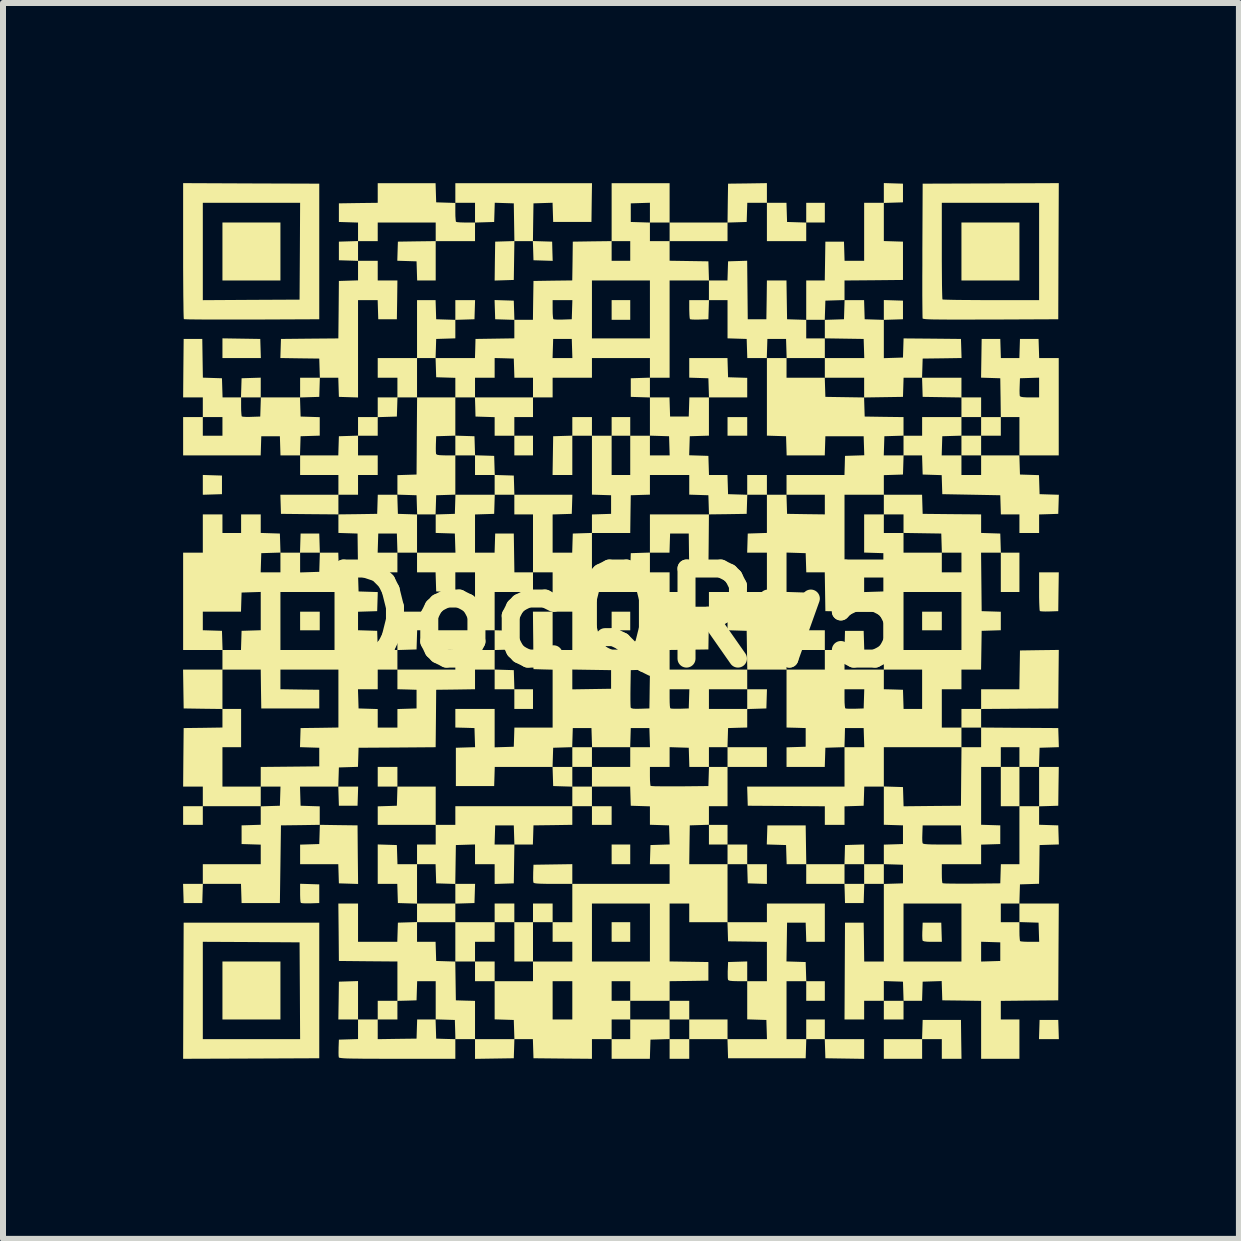
<source format=kicad_pcb>
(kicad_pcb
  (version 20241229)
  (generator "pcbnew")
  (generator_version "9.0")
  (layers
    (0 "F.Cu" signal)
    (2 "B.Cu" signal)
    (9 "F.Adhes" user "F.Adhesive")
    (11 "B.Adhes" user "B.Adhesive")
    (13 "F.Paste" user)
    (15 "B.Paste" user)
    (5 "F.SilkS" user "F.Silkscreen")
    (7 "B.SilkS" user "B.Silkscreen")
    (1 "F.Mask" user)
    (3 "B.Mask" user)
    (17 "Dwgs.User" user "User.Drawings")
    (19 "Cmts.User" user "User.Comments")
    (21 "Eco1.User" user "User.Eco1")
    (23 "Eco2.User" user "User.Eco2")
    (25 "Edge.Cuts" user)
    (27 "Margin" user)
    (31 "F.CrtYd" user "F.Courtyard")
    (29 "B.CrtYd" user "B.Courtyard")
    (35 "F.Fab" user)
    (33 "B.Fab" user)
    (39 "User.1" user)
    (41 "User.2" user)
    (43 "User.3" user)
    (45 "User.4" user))
  (footprint "DocQRv5"
    (layer "F.Cu")
    (at 7.209 7.244)
    (property "Reference" "DocQRv5" (at 0 0 0) (layer "F.SilkS") (effects (font (size 1.5 1.5) (thickness 0.3))))
    (attr board_only exclude_from_pos_files exclude_from_bom)
    (fp_poly (pts (xy -4.93 3.448) (xy -4.931 3.448) (xy -4.93 3.448)) (stroke (width 0) (type solid)) (fill yes) (layer "F.SilkS"))
    (fp_poly (pts (xy -6.721 -2.376) (xy -6.561 -2.371) (xy -6.561 -2.216) (xy -6.561 -2.061) (xy -6.721 -2.056) (xy -6.88 -2.051) (xy -6.88 -2.216) (xy -6.88 -2.381)) (stroke (width 0) (type solid)) (fill yes) (layer "F.SilkS"))
    (fp_poly (pts (xy -6.238 -4.652) (xy -5.923 -4.647) (xy -5.918 -4.488) (xy -5.913 -4.328) (xy -6.233 -4.328) (xy -6.553 -4.328) (xy -6.553 -4.492) (xy -6.553 -4.657)) (stroke (width 0) (type solid)) (fill yes) (layer "F.SilkS"))
    (fp_poly (pts (xy -5.587 -6.104) (xy -5.587 -5.621) (xy -6.07 -5.621) (xy -6.553 -5.621) (xy -6.553 -6.104) (xy -6.553 -6.587) (xy -6.07 -6.587) (xy -5.587 -6.587)) (stroke (width 0) (type solid)) (fill yes) (layer "F.SilkS"))
    (fp_poly (pts (xy -5.587 6.208) (xy -5.587 6.691) (xy -6.07 6.691) (xy -6.553 6.691) (xy -6.553 6.208) (xy -6.553 5.725) (xy -6.07 5.725) (xy -5.587 5.725)) (stroke (width 0) (type solid)) (fill yes) (layer "F.SilkS"))
    (fp_poly (pts (xy -4.932 0.052) (xy -4.932 0.207) (xy -5.096 0.207) (xy -5.259 0.207) (xy -5.259 0.052) (xy -5.259 -0.103) (xy -5.096 -0.103) (xy -4.932 -0.103)) (stroke (width 0) (type solid)) (fill yes) (layer "F.SilkS"))
    (fp_poly (pts (xy -4.297 2.97) (xy -4.302 3.13) (xy -4.458 3.13) (xy -4.613 3.13) (xy -4.618 2.97) (xy -4.623 2.811) (xy -4.458 2.811) (xy -4.292 2.811)) (stroke (width 0) (type solid)) (fill yes) (layer "F.SilkS"))
    (fp_poly (pts (xy -3.638 2.647) (xy -3.638 2.811) (xy -3.802 2.811) (xy -3.966 2.811) (xy -3.966 2.647) (xy -3.966 2.483) (xy -3.802 2.483) (xy -3.638 2.483)) (stroke (width 0) (type solid)) (fill yes) (layer "F.SilkS"))
    (fp_poly (pts (xy -2.349 4.591) (xy -2.354 4.751) (xy -2.513 4.756) (xy -2.673 4.761) (xy -2.673 4.596) (xy -2.673 4.432) (xy -2.508 4.432) (xy -2.344 4.432)) (stroke (width 0) (type solid)) (fill yes) (layer "F.SilkS"))
    (fp_poly (pts (xy -2.018 5.889) (xy -2.018 6.053) (xy -2.181 6.053) (xy -2.345 6.053) (xy -2.345 5.889) (xy -2.345 5.725) (xy -2.181 5.725) (xy -2.018 5.725)) (stroke (width 0) (type solid)) (fill yes) (layer "F.SilkS"))
    (fp_poly (pts (xy -1.379 -2.871) (xy -1.379 -2.707) (xy -1.535 -2.707) (xy -1.69 -2.707) (xy -1.69 -2.871) (xy -1.69 -3.035) (xy -1.535 -3.035) (xy -1.379 -3.035)) (stroke (width 0) (type solid)) (fill yes) (layer "F.SilkS"))
    (fp_poly (pts (xy -0.397 2.319) (xy -0.397 2.483) (xy -0.56 2.483) (xy -0.724 2.483) (xy -0.724 2.319) (xy -0.724 2.155) (xy -0.56 2.155) (xy -0.397 2.155)) (stroke (width 0) (type solid)) (fill yes) (layer "F.SilkS"))
    (fp_poly (pts (xy -0.069 3.294) (xy -0.069 3.449) (xy -0.233 3.449) (xy -0.397 3.449) (xy -0.397 3.294) (xy -0.397 3.138) (xy -0.233 3.138) (xy -0.069 3.138)) (stroke (width 0) (type solid)) (fill yes) (layer "F.SilkS"))
    (fp_poly (pts (xy 0.241 -5.13) (xy 0.241 -4.966) (xy 0.086 -4.966) (xy -0.069 -4.966) (xy -0.069 -5.13) (xy -0.069 -5.294) (xy 0.086 -5.294) (xy 0.241 -5.294)) (stroke (width 0) (type solid)) (fill yes) (layer "F.SilkS"))
    (fp_poly (pts (xy 0.241 0.052) (xy 0.241 0.207) (xy 0.086 0.207) (xy -0.069 0.207) (xy -0.069 0.052) (xy -0.069 -0.103) (xy 0.086 -0.103) (xy 0.241 -0.103)) (stroke (width 0) (type solid)) (fill yes) (layer "F.SilkS"))
    (fp_poly (pts (xy 0.241 3.94) (xy 0.241 4.104) (xy 0.086 4.104) (xy -0.069 4.104) (xy -0.069 3.94) (xy -0.069 3.776) (xy 0.086 3.776) (xy 0.241 3.776)) (stroke (width 0) (type solid)) (fill yes) (layer "F.SilkS"))
    (fp_poly (pts (xy 0.241 5.233) (xy 0.241 5.397) (xy 0.086 5.397) (xy -0.069 5.397) (xy -0.069 5.233) (xy -0.069 5.07) (xy 0.086 5.07) (xy 0.241 5.07)) (stroke (width 0) (type solid)) (fill yes) (layer "F.SilkS"))
    (fp_poly (pts (xy 1.224 6.535) (xy 1.224 6.691) (xy 1.06 6.691) (xy 0.897 6.691) (xy 0.897 6.535) (xy 0.897 6.38) (xy 1.06 6.38) (xy 1.224 6.38)) (stroke (width 0) (type solid)) (fill yes) (layer "F.SilkS"))
    (fp_poly (pts (xy 1.862 3.613) (xy 1.862 3.776) (xy 1.707 3.776) (xy 1.552 3.776) (xy 1.552 3.612) (xy 1.552 3.449) (xy 1.707 3.449) (xy 1.862 3.449)) (stroke (width 0) (type solid)) (fill yes) (layer "F.SilkS"))
    (fp_poly (pts (xy 2.19 -3.19) (xy 2.19 -3.035) (xy 2.026 -3.035) (xy 1.862 -3.035) (xy 1.862 -3.19) (xy 1.862 -3.345) (xy 2.026 -3.345) (xy 2.19 -3.345)) (stroke (width 0) (type solid)) (fill yes) (layer "F.SilkS"))
    (fp_poly (pts (xy 3.483 -6.751) (xy 3.483 -6.587) (xy 3.328 -6.587) (xy 3.173 -6.587) (xy 3.173 -6.75) (xy 3.173 -6.915) (xy 3.328 -6.915) (xy 3.483 -6.915)) (stroke (width 0) (type solid)) (fill yes) (layer "F.SilkS"))
    (fp_poly (pts (xy 4.135 0.375) (xy 4.14 0.535) (xy 3.975 0.535) (xy 3.81 0.535) (xy 3.815 0.375) (xy 3.819 0.216) (xy 3.975 0.216) (xy 4.13 0.216)) (stroke (width 0) (type solid)) (fill yes) (layer "F.SilkS"))
    (fp_poly (pts (xy 4.794 6.535) (xy 4.794 6.691) (xy 4.63 6.691) (xy 4.466 6.691) (xy 4.466 6.535) (xy 4.466 6.38) (xy 4.631 6.38) (xy 4.794 6.38)) (stroke (width 0) (type solid)) (fill yes) (layer "F.SilkS"))
    (fp_poly (pts (xy 5.432 0.052) (xy 5.432 0.207) (xy 5.268 0.207) (xy 5.104 0.207) (xy 5.104 0.052) (xy 5.104 -0.103) (xy 5.268 -0.103) (xy 5.432 -0.103)) (stroke (width 0) (type solid)) (fill yes) (layer "F.SilkS"))
    (fp_poly (pts (xy 6.087 -2.871) (xy 6.087 -2.707) (xy 5.923 -2.707) (xy 5.759 -2.707) (xy 5.759 -2.871) (xy 5.759 -3.035) (xy 5.923 -3.035) (xy 6.087 -3.035)) (stroke (width 0) (type solid)) (fill yes) (layer "F.SilkS"))
    (fp_poly (pts (xy 6.415 -3.19) (xy 6.415 -3.035) (xy 6.251 -3.035) (xy 6.087 -3.035) (xy 6.087 -3.19) (xy 6.087 -3.345) (xy 6.251 -3.345) (xy 6.415 -3.345)) (stroke (width 0) (type solid)) (fill yes) (layer "F.SilkS"))
    (fp_poly (pts (xy 6.725 -6.104) (xy 6.725 -5.621) (xy 6.242 -5.621) (xy 5.759 -5.621) (xy 5.759 -6.104) (xy 5.759 -6.587) (xy 6.242 -6.587) (xy 6.725 -6.587)) (stroke (width 0) (type solid)) (fill yes) (layer "F.SilkS"))
    (fp_poly (pts (xy 6.725 2.811) (xy 6.725 3.138) (xy 6.57 3.138) (xy 6.415 3.138) (xy 6.415 2.811) (xy 6.415 2.483) (xy 6.57 2.483) (xy 6.725 2.483)) (stroke (width 0) (type solid)) (fill yes) (layer "F.SilkS"))
    (fp_poly (pts (xy 7.377 6.859) (xy 7.382 7.018) (xy 7.216 7.018) (xy 7.051 7.018) (xy 7.056 6.859) (xy 7.061 6.699) (xy 7.216 6.699) (xy 7.372 6.699)) (stroke (width 0) (type solid)) (fill yes) (layer "F.SilkS"))
    (fp_poly (pts (xy -3 0.052) (xy -3 0.207) (xy -3.155 0.207) (xy -3.309 0.207) (xy -3.314 0.366) (xy -3.319 0.526) (xy -3.479 0.531) (xy -3.638 0.536) (xy -3.638 0.216) (xy -3.638 -0.103) (xy -3.319 -0.103) (xy -3 -0.103)) (stroke (width 0) (type solid)) (fill yes) (layer "F.SilkS"))
    (fp_poly (pts (xy 2.849 -6.755) (xy 2.854 -6.596) (xy 3.013 -6.591) (xy 3.173 -6.586) (xy 3.173 -6.432) (xy 3.173 -6.277) (xy 2.845 -6.277) (xy 2.518 -6.277) (xy 2.518 -6.596) (xy 2.518 -6.915) (xy 2.681 -6.915) (xy 2.844 -6.915)) (stroke (width 0) (type solid)) (fill yes) (layer "F.SilkS"))
    (fp_poly (pts (xy -5.1 4.435) (xy -4.94 4.44) (xy -4.94 4.595) (xy -4.94 4.751) (xy -5.088 4.756) (xy -5.156 4.756) (xy -5.211 4.755) (xy -5.243 4.75) (xy -5.247 4.748) (xy -5.253 4.727) (xy -5.257 4.679) (xy -5.259 4.614) (xy -5.259 4.583) (xy -5.259 4.43)) (stroke (width 0) (type solid)) (fill yes) (layer "F.SilkS"))
    (fp_poly (pts (xy 1.548 -5.134) (xy 1.543 -4.975) (xy 1.396 -4.97) (xy 1.328 -4.969) (xy 1.273 -4.971) (xy 1.241 -4.975) (xy 1.236 -4.977) (xy 1.231 -4.999) (xy 1.227 -5.046) (xy 1.225 -5.111) (xy 1.224 -5.142) (xy 1.224 -5.294) (xy 1.389 -5.294) (xy 1.553 -5.294)) (stroke (width 0) (type solid)) (fill yes) (layer "F.SilkS"))
    (fp_poly (pts (xy 2.19 5.888) (xy 2.19 6.053) (xy 2.034 6.053) (xy 1.953 6.051) (xy 1.901 6.046) (xy 1.875 6.036) (xy 1.87 6.029) (xy 1.866 6.002) (xy 1.865 5.95) (xy 1.865 5.885) (xy 1.866 5.87) (xy 1.871 5.734) (xy 2.03 5.729) (xy 2.19 5.724)) (stroke (width 0) (type solid)) (fill yes) (layer "F.SilkS"))
    (fp_poly (pts (xy 5.428 5.238) (xy 5.433 5.397) (xy 5.277 5.397) (xy 5.195 5.396) (xy 5.143 5.39) (xy 5.117 5.381) (xy 5.111 5.374) (xy 5.108 5.347) (xy 5.106 5.295) (xy 5.107 5.229) (xy 5.108 5.215) (xy 5.113 5.078) (xy 5.268 5.078) (xy 5.423 5.078)) (stroke (width 0) (type solid)) (fill yes) (layer "F.SilkS"))
    (fp_poly (pts (xy 7.376 -0.435) (xy 7.372 -0.112) (xy 7.224 -0.107) (xy 7.156 -0.106) (xy 7.101 -0.108) (xy 7.069 -0.112) (xy 7.065 -0.114) (xy 7.061 -0.135) (xy 7.058 -0.184) (xy 7.055 -0.256) (xy 7.053 -0.346) (xy 7.053 -0.443) (xy 7.053 -0.759) (xy 7.217 -0.759) (xy 7.381 -0.759)) (stroke (width 0) (type solid)) (fill yes) (layer "F.SilkS"))
    (fp_poly (pts (xy -4.617 3.453) (xy -4.302 3.457) (xy -4.298 3.945) (xy -4.293 4.433) (xy -4.453 4.428) (xy -4.613 4.423) (xy -4.618 4.264) (xy -4.623 4.104) (xy -4.941 4.104) (xy -5.259 4.104) (xy -5.259 3.941) (xy -5.259 3.778) (xy -5.1 3.773) (xy -4.94 3.768) (xy -4.935 3.608) (xy -4.93 3.448)) (stroke (width 0) (type solid)) (fill yes) (layer "F.SilkS"))
    (fp_poly (pts (xy -1.379 -3.509) (xy -1.379 -3.345) (xy -1.535 -3.345) (xy -1.69 -3.345) (xy -1.69 -3.19) (xy -1.69 -3.035) (xy -1.854 -3.035) (xy -2.018 -3.035) (xy -2.018 -3.189) (xy -2.018 -3.344) (xy -2.177 -3.349) (xy -2.337 -3.354) (xy -2.341 -3.513) (xy -2.346 -3.673) (xy -1.863 -3.673) (xy -1.379 -3.673)) (stroke (width 0) (type solid)) (fill yes) (layer "F.SilkS"))
    (fp_poly (pts (xy -0.724 4.267) (xy -0.724 4.432) (xy -1.044 4.432) (xy -1.162 4.431) (xy -1.249 4.429) (xy -1.31 4.426) (xy -1.348 4.421) (xy -1.368 4.414) (xy -1.372 4.409) (xy -1.376 4.381) (xy -1.377 4.329) (xy -1.376 4.264) (xy -1.376 4.249) (xy -1.371 4.113) (xy -1.048 4.108) (xy -0.724 4.103)) (stroke (width 0) (type solid)) (fill yes) (layer "F.SilkS"))
    (fp_poly (pts (xy 1.866 -4.169) (xy 1.871 -4.009) (xy 2.03 -4.004) (xy 2.19 -3.999) (xy 2.19 -3.836) (xy 2.19 -3.673) (xy 1.871 -3.673) (xy 1.553 -3.673) (xy 1.548 -3.832) (xy 1.543 -3.992) (xy 1.384 -3.997) (xy 1.224 -4.002) (xy 1.224 -4.165) (xy 1.224 -4.328) (xy 1.543 -4.328) (xy 1.861 -4.328)) (stroke (width 0) (type solid)) (fill yes) (layer "F.SilkS"))
    (fp_poly (pts (xy -4.94 6.208) (xy -4.94 7.337) (xy -6.074 7.342) (xy -7.208 7.346) (xy -7.204 6.212) (xy -7.204 6.208) (xy -6.88 6.208) (xy -6.88 7.018) (xy -6.07 7.018) (xy -5.259 7.018) (xy -5.263 6.212) (xy -5.268 5.406) (xy -6.074 5.401) (xy -6.88 5.397) (xy -6.88 6.208) (xy -7.204 6.208) (xy -7.199 5.078) (xy -6.07 5.078) (xy -4.94 5.078)) (stroke (width 0) (type solid)) (fill yes) (layer "F.SilkS"))
    (fp_poly (pts (xy 5.755 7.023) (xy 5.76 7.346) (xy 5.596 7.346) (xy 5.432 7.346) (xy 5.432 7.182) (xy 5.432 7.018) (xy 5.268 7.018) (xy 5.104 7.018) (xy 5.104 7.182) (xy 5.104 7.346) (xy 4.785 7.346) (xy 4.466 7.346) (xy 4.466 7.182) (xy 4.466 7.018) (xy 4.784 7.018) (xy 5.103 7.018) (xy 5.108 6.859) (xy 5.113 6.699) (xy 5.432 6.699) (xy 5.751 6.699)) (stroke (width 0) (type solid)) (fill yes) (layer "F.SilkS"))
    (fp_poly (pts (xy -3.635 -1.892) (xy -3.63 -1.733) (xy -3.47 -1.728) (xy -3.311 -1.723) (xy -3.311 -1.405) (xy -3.311 -1.086) (xy -3.474 -1.086) (xy -3.637 -1.086) (xy -3.642 -1.246) (xy -3.647 -1.405) (xy -3.802 -1.405) (xy -3.957 -1.405) (xy -3.962 -1.246) (xy -3.967 -1.086) (xy -3.803 -1.086) (xy -3.638 -1.086) (xy -3.638 -0.923) (xy -3.638 -0.759) (xy -3.967 -0.759) (xy -4.293 -0.759) (xy -4.298 -1.081) (xy -4.302 -1.405) (xy -4.462 -1.41) (xy -4.621 -1.415) (xy -4.621 -1.57) (xy -4.621 -1.724) (xy -4.298 -1.728) (xy -3.975 -1.733) (xy -3.97 -1.892) (xy -3.965 -2.052) (xy -3.802 -2.052) (xy -3.64 -2.052)) (stroke (width 0) (type solid)) (fill yes) (layer "F.SilkS"))
    (fp_poly (pts (xy -1.69 4.914) (xy -1.69 5.07) (xy -1.535 5.07) (xy -1.379 5.07) (xy -1.379 4.914) (xy -1.379 4.759) (xy -1.216 4.759) (xy -1.052 4.759) (xy -1.052 4.914) (xy -1.052 5.07) (xy -1.216 5.07) (xy -1.379 5.07) (xy -1.379 5.397) (xy -1.379 5.725) (xy -1.535 5.725) (xy -1.69 5.725) (xy -1.69 5.397) (xy -1.69 5.07) (xy -1.854 5.07) (xy -2.018 5.07) (xy -2.018 5.233) (xy -2.018 5.397) (xy -2.181 5.397) (xy -2.345 5.397) (xy -2.345 5.561) (xy -2.345 5.725) (xy -2.509 5.725) (xy -2.673 5.725) (xy -2.673 5.397) (xy -2.673 5.07) (xy -2.345 5.07) (xy -2.018 5.07) (xy -2.018 4.914) (xy -2.018 4.759) (xy -1.854 4.759) (xy -1.69 4.759)) (stroke (width 0) (type solid)) (fill yes) (layer "F.SilkS"))
    (fp_poly (pts (xy -6.074 -7.238) (xy -4.94 -7.234) (xy -4.94 -6.104) (xy -4.94 -4.975) (xy -6.062 -4.97) (xy -6.256 -4.97) (xy -6.44 -4.97) (xy -6.61 -4.97) (xy -6.764 -4.97) (xy -6.899 -4.971) (xy -7.013 -4.972) (xy -7.102 -4.973) (xy -7.163 -4.975) (xy -7.193 -4.977) (xy -7.196 -4.978) (xy -7.198 -4.996) (xy -7.2 -5.047) (xy -7.202 -5.126) (xy -7.203 -5.231) (xy -7.205 -5.359) (xy -7.206 -5.506) (xy -7.207 -5.671) (xy -7.208 -5.85) (xy -7.208 -6.041) (xy -7.208 -6.104) (xy -6.88 -6.104) (xy -6.88 -5.293) (xy -6.074 -5.298) (xy -5.268 -5.302) (xy -5.263 -6.109) (xy -5.259 -6.915) (xy -6.07 -6.915) (xy -6.88 -6.915) (xy -6.88 -6.104) (xy -7.208 -6.104) (xy -7.208 -6.116) (xy -7.208 -7.243)) (stroke (width 0) (type solid)) (fill yes) (layer "F.SilkS"))
    (fp_poly (pts (xy 4.626 -7.239) (xy 4.785 -7.234) (xy 4.785 -7.079) (xy 4.785 -6.923) (xy 4.626 -6.918) (xy 4.466 -6.913) (xy 4.466 -6.596) (xy 4.466 -6.278) (xy 4.626 -6.273) (xy 4.785 -6.268) (xy 4.785 -5.949) (xy 4.785 -5.63) (xy 4.298 -5.625) (xy 3.811 -5.621) (xy 3.811 -5.457) (xy 3.811 -5.295) (xy 3.652 -5.29) (xy 3.492 -5.285) (xy 3.487 -5.126) (xy 3.482 -4.966) (xy 3.327 -4.966) (xy 3.173 -4.966) (xy 3.173 -5.293) (xy 3.173 -5.621) (xy 3.328 -5.621) (xy 3.482 -5.621) (xy 3.487 -5.945) (xy 3.492 -6.268) (xy 3.647 -6.268) (xy 3.802 -6.268) (xy 3.807 -6.109) (xy 3.812 -5.949) (xy 3.975 -5.949) (xy 4.138 -5.949) (xy 4.138 -6.432) (xy 4.138 -6.915) (xy 4.302 -6.915) (xy 4.466 -6.915) (xy 4.466 -7.079) (xy 4.466 -7.244)) (stroke (width 0) (type solid)) (fill yes) (layer "F.SilkS"))
    (fp_poly (pts (xy 3.169 3.781) (xy 3.174 4.104) (xy 3.492 4.104) (xy 3.81 4.104) (xy 3.815 3.945) (xy 3.819 3.785) (xy 3.979 3.78) (xy 4.138 3.775) (xy 4.138 3.94) (xy 4.138 4.104) (xy 3.975 4.104) (xy 3.811 4.104) (xy 3.811 4.268) (xy 3.811 4.432) (xy 3.975 4.432) (xy 4.138 4.432) (xy 4.138 4.268) (xy 4.138 4.104) (xy 4.302 4.104) (xy 4.466 4.104) (xy 4.466 4.268) (xy 4.466 4.432) (xy 4.303 4.432) (xy 4.14 4.432) (xy 4.135 4.591) (xy 4.13 4.751) (xy 3.975 4.751) (xy 3.819 4.751) (xy 3.815 4.591) (xy 3.81 4.432) (xy 3.491 4.432) (xy 3.173 4.432) (xy 3.173 4.268) (xy 3.173 4.104) (xy 3.01 4.104) (xy 2.847 4.104) (xy 2.842 3.945) (xy 2.837 3.785) (xy 2.676 3.78) (xy 2.516 3.775) (xy 2.521 3.616) (xy 2.526 3.457) (xy 2.845 3.457) (xy 3.164 3.457)) (stroke (width 0) (type solid)) (fill yes) (layer "F.SilkS"))
    (fp_poly (pts (xy 6.411 -4.488) (xy 6.416 -4.328) (xy 6.57 -4.328) (xy 6.724 -4.328) (xy 6.729 -4.488) (xy 6.734 -4.647) (xy 6.889 -4.647) (xy 7.044 -4.647) (xy 7.049 -4.488) (xy 7.054 -4.328) (xy 7.217 -4.328) (xy 7.38 -4.328) (xy 7.38 -3.518) (xy 7.38 -2.707) (xy 7.052 -2.707) (xy 6.725 -2.707) (xy 6.725 -3.026) (xy 6.725 -3.345) (xy 6.57 -3.345) (xy 6.415 -3.345) (xy 6.411 -3.669) (xy 6.409 -3.788) (xy 6.727 -3.788) (xy 6.728 -3.732) (xy 6.731 -3.699) (xy 6.732 -3.696) (xy 6.748 -3.684) (xy 6.786 -3.677) (xy 6.852 -3.673) (xy 6.897 -3.673) (xy 7.053 -3.673) (xy 7.053 -3.837) (xy 7.053 -4.002) (xy 6.893 -3.997) (xy 6.734 -3.992) (xy 6.729 -3.855) (xy 6.727 -3.788) (xy 6.409 -3.788) (xy 6.406 -3.992) (xy 6.246 -3.997) (xy 6.086 -4.002) (xy 6.091 -4.325) (xy 6.096 -4.647) (xy 6.251 -4.647) (xy 6.406 -4.647)) (stroke (width 0) (type solid)) (fill yes) (layer "F.SilkS"))
    (fp_poly (pts (xy 4.626 -5.29) (xy 4.785 -5.285) (xy 4.785 -5.13) (xy 4.785 -4.975) (xy 4.626 -4.97) (xy 4.466 -4.965) (xy 4.466 -4.646) (xy 4.466 -4.327) (xy 4.626 -4.332) (xy 4.785 -4.337) (xy 4.79 -4.497) (xy 4.795 -4.656) (xy 5.273 -4.652) (xy 5.751 -4.647) (xy 5.756 -4.488) (xy 5.761 -4.329) (xy 5.437 -4.324) (xy 5.113 -4.32) (xy 5.108 -4.16) (xy 5.103 -4.001) (xy 4.949 -4.001) (xy 4.795 -4.001) (xy 4.79 -3.841) (xy 4.785 -3.682) (xy 4.462 -3.677) (xy 4.138 -3.672) (xy 4.138 -3.836) (xy 4.138 -4.001) (xy 3.811 -4.001) (xy 3.483 -4.001) (xy 3.483 -4.164) (xy 3.483 -4.328) (xy 3.812 -4.328) (xy 4.14 -4.328) (xy 4.135 -4.488) (xy 4.13 -4.647) (xy 3.807 -4.652) (xy 3.483 -4.657) (xy 3.483 -4.811) (xy 3.483 -4.965) (xy 3.643 -4.97) (xy 3.802 -4.975) (xy 3.807 -5.135) (xy 3.812 -5.294) (xy 3.974 -5.294) (xy 4.137 -5.294) (xy 4.142 -5.134) (xy 4.147 -4.975) (xy 4.307 -4.97) (xy 4.466 -4.965) (xy 4.466 -5.13) (xy 4.466 -5.295)) (stroke (width 0) (type solid)) (fill yes) (layer "F.SilkS"))
    (fp_poly (pts (xy 7.376 -6.109) (xy 7.372 -4.975) (xy 6.246 -4.97) (xy 6.013 -4.97) (xy 5.811 -4.969) (xy 5.641 -4.969) (xy 5.498 -4.97) (xy 5.381 -4.971) (xy 5.289 -4.972) (xy 5.218 -4.974) (xy 5.167 -4.977) (xy 5.134 -4.981) (xy 5.116 -4.985) (xy 5.112 -4.988) (xy 5.111 -5.008) (xy 5.11 -5.06) (xy 5.109 -5.141) (xy 5.108 -5.247) (xy 5.107 -5.376) (xy 5.107 -5.525) (xy 5.107 -5.691) (xy 5.108 -5.87) (xy 5.108 -6.061) (xy 5.108 -6.116) (xy 5.432 -6.116) (xy 5.432 -5.953) (xy 5.433 -5.801) (xy 5.434 -5.663) (xy 5.435 -5.542) (xy 5.437 -5.443) (xy 5.439 -5.368) (xy 5.441 -5.321) (xy 5.443 -5.305) (xy 5.462 -5.303) (xy 5.512 -5.301) (xy 5.59 -5.299) (xy 5.692 -5.297) (xy 5.814 -5.296) (xy 5.954 -5.295) (xy 6.107 -5.294) (xy 6.254 -5.294) (xy 7.053 -5.294) (xy 7.053 -6.104) (xy 7.053 -6.915) (xy 6.242 -6.915) (xy 5.432 -6.915) (xy 5.432 -6.116) (xy 5.108 -6.116) (xy 5.108 -6.122) (xy 5.113 -7.234) (xy 6.247 -7.238) (xy 7.381 -7.243)) (stroke (width 0) (type solid)) (fill yes) (layer "F.SilkS"))
    (fp_poly (pts (xy -2.673 -3.355) (xy -2.673 -3.036) (xy -2.513 -3.031) (xy -2.354 -3.026) (xy -2.349 -2.867) (xy -2.344 -2.709) (xy -2.185 -2.704) (xy -2.026 -2.699) (xy -2.021 -2.54) (xy -2.016 -2.381) (xy -1.857 -2.376) (xy -1.699 -2.371) (xy -1.694 -2.212) (xy -1.689 -2.052) (xy -1.853 -2.052) (xy -2.018 -2.052) (xy -2.018 -2.216) (xy -2.018 -2.38) (xy -2.181 -2.38) (xy -2.345 -2.38) (xy -2.345 -2.543) (xy -2.345 -2.707) (xy -2.509 -2.707) (xy -2.673 -2.707) (xy -2.673 -2.38) (xy -2.673 -2.053) (xy -2.832 -2.048) (xy -2.992 -2.043) (xy -2.997 -1.884) (xy -3.002 -1.724) (xy -3.156 -1.724) (xy -3.309 -1.724) (xy -3.314 -1.884) (xy -3.319 -2.043) (xy -3.479 -2.048) (xy -3.638 -2.053) (xy -3.638 -2.216) (xy -3.638 -2.378) (xy -3.479 -2.383) (xy -3.319 -2.388) (xy -3.316 -2.822) (xy -2.998 -2.822) (xy -2.997 -2.767) (xy -2.994 -2.734) (xy -2.993 -2.73) (xy -2.978 -2.718) (xy -2.939 -2.711) (xy -2.873 -2.708) (xy -2.829 -2.707) (xy -2.673 -2.707) (xy -2.673 -2.872) (xy -2.673 -3.036) (xy -2.832 -3.031) (xy -2.992 -3.026) (xy -2.997 -2.89) (xy -2.998 -2.822) (xy -3.316 -2.822) (xy -3.315 -3.031) (xy -3.31 -3.673) (xy -2.992 -3.673) (xy -2.673 -3.673)) (stroke (width 0) (type solid)) (fill yes) (layer "F.SilkS"))
    (fp_poly (pts (xy 0.569 -3.837) (xy 0.569 -3.673) (xy 0.732 -3.673) (xy 0.895 -3.673) (xy 0.9 -3.513) (xy 0.905 -3.354) (xy 1.06 -3.354) (xy 1.216 -3.354) (xy 1.221 -3.513) (xy 1.226 -3.673) (xy 1.389 -3.673) (xy 1.552 -3.673) (xy 1.552 -3.355) (xy 1.552 -3.036) (xy 1.392 -3.031) (xy 1.233 -3.026) (xy 1.228 -2.867) (xy 1.223 -2.709) (xy 1.383 -2.704) (xy 1.543 -2.699) (xy 1.548 -2.539) (xy 1.553 -2.38) (xy 1.707 -2.38) (xy 1.861 -2.38) (xy 1.866 -2.22) (xy 1.871 -2.061) (xy 2.03 -2.056) (xy 2.19 -2.051) (xy 2.19 -2.215) (xy 2.19 -2.38) (xy 2.354 -2.38) (xy 2.518 -2.38) (xy 2.518 -2.216) (xy 2.518 -2.052) (xy 2.354 -2.052) (xy 2.191 -2.052) (xy 2.186 -1.892) (xy 2.181 -1.733) (xy 1.867 -1.728) (xy 1.552 -1.724) (xy 1.548 -1.245) (xy 1.543 -0.767) (xy 1.384 -0.762) (xy 1.225 -0.757) (xy 1.22 -1.081) (xy 1.216 -1.405) (xy 1.06 -1.405) (xy 0.905 -1.405) (xy 0.9 -1.246) (xy 0.895 -1.086) (xy 0.732 -1.086) (xy 0.569 -1.086) (xy 0.569 -1.405) (xy 0.569 -1.724) (xy 1.061 -1.724) (xy 1.553 -1.724) (xy 1.548 -1.884) (xy 1.543 -2.043) (xy 1.384 -2.048) (xy 1.224 -2.053) (xy 1.224 -2.216) (xy 1.224 -2.38) (xy 0.897 -2.38) (xy 0.569 -2.38) (xy 0.569 -2.216) (xy 0.569 -2.053) (xy 0.41 -2.048) (xy 0.25 -2.043) (xy 0.245 -1.729) (xy 0.241 -1.414) (xy -0.078 -1.414) (xy -0.397 -1.414) (xy -0.397 -1.569) (xy -0.397 -1.723) (xy -0.237 -1.728) (xy -0.078 -1.733) (xy -0.078 -1.888) (xy -0.078 -2.043) (xy -0.237 -2.048) (xy -0.397 -2.053) (xy -0.397 -2.544) (xy -0.397 -3.035) (xy -0.56 -3.035) (xy -0.724 -3.035) (xy -0.724 -2.707) (xy -0.724 -2.38) (xy -0.888 -2.38) (xy -1.053 -2.38) (xy -1.048 -2.703) (xy -1.043 -3.026) (xy -0.884 -3.031) (xy -0.724 -3.036) (xy -0.724 -3.191) (xy -0.724 -3.345) (xy -0.56 -3.345) (xy -0.397 -3.345) (xy -0.397 -3.19) (xy -0.397 -3.035) (xy -0.233 -3.035) (xy -0.069 -3.035) (xy -0.069 -3.19) (xy -0.069 -3.345) (xy 0.086 -3.345) (xy 0.241 -3.345) (xy 0.241 -3.19) (xy 0.241 -3.035) (xy 0.086 -3.035) (xy -0.069 -3.035) (xy -0.069 -2.707) (xy -0.069 -2.38) (xy 0.086 -2.38) (xy 0.241 -2.38) (xy 0.241 -2.707) (xy 0.241 -3.035) (xy 0.405 -3.035) (xy 0.569 -3.035) (xy 0.569 -2.872) (xy 0.569 -2.707) (xy 0.734 -2.707) (xy 0.898 -2.707) (xy 0.893 -2.867) (xy 0.888 -3.026) (xy 0.729 -3.031) (xy 0.569 -3.036) (xy 0.569 -3.353) (xy 0.569 -3.672) (xy 0.41 -3.677) (xy 0.25 -3.682) (xy 0.25 -3.837) (xy 0.25 -3.992) (xy 0.41 -3.997) (xy 0.569 -4.002)) (stroke (width 0) (type solid)) (fill yes) (layer "F.SilkS"))
    (fp_poly (pts (xy -2.997 -7.083) (xy -2.992 -6.923) (xy -2.832 -6.918) (xy -2.673 -6.913) (xy -2.673 -6.762) (xy -2.672 -6.693) (xy -2.668 -6.637) (xy -2.664 -6.604) (xy -2.661 -6.599) (xy -2.64 -6.593) (xy -2.593 -6.589) (xy -2.528 -6.587) (xy -2.497 -6.587) (xy -2.345 -6.587) (xy -2.345 -6.751) (xy -2.345 -6.915) (xy -2.509 -6.915) (xy -2.673 -6.915) (xy -2.673 -7.078) (xy -2.673 -7.242) (xy -1.534 -7.242) (xy -0.396 -7.242) (xy -0.401 -6.919) (xy -0.405 -6.596) (xy -0.724 -6.596) (xy -1.043 -6.596) (xy -1.048 -6.756) (xy -1.053 -6.916) (xy -1.212 -6.911) (xy -1.371 -6.906) (xy -1.376 -6.592) (xy -1.38 -6.278) (xy -1.22 -6.273) (xy -1.06 -6.268) (xy -1.056 -6.108) (xy -1.051 -5.948) (xy -1.211 -5.953) (xy -1.371 -5.958) (xy -1.376 -6.117) (xy -1.381 -6.277) (xy -1.535 -6.277) (xy -1.689 -6.277) (xy -1.694 -5.953) (xy -1.699 -5.63) (xy -1.858 -5.625) (xy -2.018 -5.62) (xy -2.014 -5.944) (xy -2.009 -6.268) (xy -1.849 -6.273) (xy -1.689 -6.278) (xy -1.694 -6.592) (xy -1.699 -6.906) (xy -1.857 -6.911) (xy -2.016 -6.916) (xy -2.021 -6.756) (xy -2.026 -6.596) (xy -2.186 -6.591) (xy -2.345 -6.586) (xy -2.345 -6.431) (xy -2.345 -6.277) (xy -2.673 -6.277) (xy -3 -6.277) (xy -3 -5.949) (xy -3 -5.621) (xy -3.155 -5.621) (xy -3.309 -5.621) (xy -3.314 -5.781) (xy -3.319 -5.94) (xy -3.48 -5.945) (xy -3.64 -5.95) (xy -3.635 -6.109) (xy -3.63 -6.268) (xy -3.315 -6.273) (xy -3 -6.277) (xy -3 -6.432) (xy -3 -6.587) (xy -3.483 -6.587) (xy -3.966 -6.587) (xy -3.966 -6.432) (xy -3.966 -6.277) (xy -4.13 -6.277) (xy -4.294 -6.277) (xy -4.294 -6.113) (xy -4.294 -5.949) (xy -4.13 -5.949) (xy -3.966 -5.949) (xy -3.966 -5.785) (xy -3.966 -5.621) (xy -3.802 -5.621) (xy -3.638 -5.621) (xy -3.642 -5.298) (xy -3.647 -4.975) (xy -3.802 -4.975) (xy -3.957 -4.975) (xy -3.962 -5.134) (xy -3.967 -5.294) (xy -4.131 -5.294) (xy -4.294 -5.294) (xy -4.294 -4.483) (xy -4.294 -3.672) (xy -4.453 -3.677) (xy -4.613 -3.682) (xy -4.618 -3.841) (xy -4.623 -4.001) (xy -4.777 -4.001) (xy -4.93 -4.001) (xy -4.935 -3.841) (xy -4.94 -3.682) (xy -5.1 -3.677) (xy -5.261 -3.672) (xy -5.256 -3.513) (xy -5.251 -3.354) (xy -5.091 -3.349) (xy -4.932 -3.344) (xy -4.932 -3.19) (xy -4.932 -3.036) (xy -5.091 -3.031) (xy -5.251 -3.026) (xy -5.256 -2.867) (xy -5.261 -2.707) (xy -5.423 -2.707) (xy -5.586 -2.707) (xy -5.591 -2.867) (xy -5.596 -3.026) (xy -5.751 -3.026) (xy -5.906 -3.026) (xy -5.911 -2.867) (xy -5.916 -2.707) (xy -6.562 -2.707) (xy -7.208 -2.707) (xy -7.208 -3.026) (xy -7.208 -3.19) (xy -6.88 -3.19) (xy -6.88 -3.035) (xy -6.716 -3.035) (xy -6.553 -3.035) (xy -6.553 -3.19) (xy -6.553 -3.345) (xy -6.716 -3.345) (xy -6.88 -3.345) (xy -6.88 -3.19) (xy -7.208 -3.19) (xy -7.208 -3.345) (xy -7.044 -3.345) (xy -6.88 -3.345) (xy -6.88 -3.509) (xy -6.88 -3.673) (xy -7.044 -3.673) (xy -7.208 -3.673) (xy -7.204 -4.16) (xy -7.199 -4.647) (xy -7.044 -4.647) (xy -6.889 -4.647) (xy -6.884 -4.325) (xy -6.879 -4.002) (xy -6.72 -3.997) (xy -6.561 -3.992) (xy -6.556 -3.832) (xy -6.551 -3.673) (xy -6.397 -3.673) (xy -6.244 -3.673) (xy -6.239 -3.832) (xy -6.234 -3.992) (xy -6.074 -3.997) (xy -5.915 -4.002) (xy -5.915 -3.837) (xy -5.915 -3.673) (xy -6.078 -3.673) (xy -6.242 -3.673) (xy -6.242 -3.521) (xy -6.241 -3.451) (xy -6.237 -3.395) (xy -6.233 -3.362) (xy -6.23 -3.356) (xy -6.208 -3.351) (xy -6.161 -3.348) (xy -6.097 -3.348) (xy -6.071 -3.349) (xy -5.923 -3.354) (xy -5.918 -3.513) (xy -5.913 -3.673) (xy -5.587 -3.673) (xy -5.259 -3.673) (xy -5.259 -3.837) (xy -5.259 -4.001) (xy -5.095 -4.001) (xy -4.93 -4.001) (xy -4.935 -4.16) (xy -4.94 -4.32) (xy -5.264 -4.324) (xy -5.588 -4.329) (xy -5.583 -4.488) (xy -5.578 -4.647) (xy -5.1 -4.652) (xy -4.622 -4.656) (xy -4.617 -5.135) (xy -4.613 -5.613) (xy -4.453 -5.618) (xy -4.294 -5.623) (xy -4.294 -5.785) (xy -4.294 -5.948) (xy -4.453 -5.953) (xy -4.613 -5.958) (xy -4.613 -6.113) (xy -4.613 -6.268) (xy -4.453 -6.273) (xy -4.294 -6.278) (xy -4.294 -6.432) (xy -4.294 -6.586) (xy -4.453 -6.591) (xy -4.613 -6.596) (xy -4.613 -6.751) (xy -4.613 -6.906) (xy -4.289 -6.911) (xy -3.966 -6.915) (xy -3.966 -7.079) (xy -3.966 -7.242) (xy -3.484 -7.242) (xy -3.002 -7.242)) (stroke (width 0) (type solid)) (fill yes) (layer "F.SilkS"))
    (fp_poly (pts (xy 2.518 -7.079) (xy 2.518 -6.915) (xy 2.354 -6.915) (xy 2.191 -6.915) (xy 2.186 -6.755) (xy 2.181 -6.596) (xy 2.022 -6.591) (xy 1.862 -6.586) (xy 1.862 -6.431) (xy 1.862 -6.277) (xy 1.379 -6.277) (xy 0.897 -6.277) (xy 0.897 -6.113) (xy 0.897 -5.95) (xy 1.22 -5.945) (xy 1.543 -5.94) (xy 1.548 -5.781) (xy 1.553 -5.621) (xy 1.707 -5.621) (xy 1.861 -5.621) (xy 1.866 -5.781) (xy 1.871 -5.94) (xy 2.03 -5.945) (xy 2.189 -5.95) (xy 2.194 -5.463) (xy 2.199 -4.975) (xy 2.354 -4.975) (xy 2.509 -4.975) (xy 2.514 -5.298) (xy 2.518 -5.621) (xy 2.681 -5.621) (xy 2.844 -5.621) (xy 2.849 -5.298) (xy 2.854 -4.975) (xy 3.013 -4.97) (xy 3.173 -4.965) (xy 3.173 -4.811) (xy 3.173 -4.656) (xy 3.328 -4.656) (xy 3.483 -4.656) (xy 3.483 -4.492) (xy 3.483 -4.328) (xy 3.165 -4.328) (xy 2.847 -4.328) (xy 2.842 -4.488) (xy 2.837 -4.647) (xy 2.681 -4.647) (xy 2.526 -4.647) (xy 2.521 -4.488) (xy 2.516 -4.328) (xy 2.354 -4.328) (xy 2.191 -4.328) (xy 2.186 -4.488) (xy 2.181 -4.647) (xy 2.022 -4.652) (xy 1.862 -4.657) (xy 1.862 -4.975) (xy 1.862 -5.294) (xy 1.707 -5.294) (xy 1.552 -5.294) (xy 1.552 -5.458) (xy 1.552 -5.621) (xy 1.224 -5.621) (xy 0.897 -5.621) (xy 0.897 -4.811) (xy 0.897 -4.001) (xy 0.733 -4.001) (xy 0.569 -4.001) (xy 0.569 -4.164) (xy 0.569 -4.328) (xy 0.086 -4.328) (xy -0.397 -4.328) (xy -0.397 -4.164) (xy -0.397 -4.001) (xy -0.724 -4.001) (xy -1.052 -4.001) (xy -1.052 -3.837) (xy -1.052 -3.673) (xy -1.216 -3.673) (xy -1.379 -3.673) (xy -1.379 -3.837) (xy -1.379 -4.001) (xy -1.534 -4.001) (xy -1.689 -4.001) (xy -1.694 -4.16) (xy -1.699 -4.32) (xy -1.858 -4.325) (xy -1.976 -4.328) (xy -1.053 -4.328) (xy -0.888 -4.328) (xy -0.723 -4.328) (xy -0.728 -4.488) (xy -0.733 -4.647) (xy -0.888 -4.647) (xy -1.043 -4.647) (xy -1.048 -4.488) (xy -1.053 -4.328) (xy -1.976 -4.328) (xy -2.018 -4.329) (xy -2.018 -4.165) (xy -2.018 -4.001) (xy -2.181 -4.001) (xy -2.345 -4.001) (xy -2.345 -3.837) (xy -2.345 -3.673) (xy -2.509 -3.673) (xy -2.673 -3.673) (xy -2.673 -3.836) (xy -2.673 -3.999) (xy -2.832 -4.004) (xy -2.992 -4.009) (xy -2.997 -4.169) (xy -3.002 -4.328) (xy -3.156 -4.328) (xy -3.311 -4.328) (xy -3.311 -4.001) (xy -3.311 -3.673) (xy -3.474 -3.673) (xy -3.637 -3.673) (xy -3.642 -3.513) (xy -3.647 -3.354) (xy -3.807 -3.349) (xy -3.966 -3.344) (xy -3.966 -3.189) (xy -3.966 -3.035) (xy -4.13 -3.035) (xy -4.294 -3.035) (xy -4.294 -2.871) (xy -4.294 -2.707) (xy -4.13 -2.707) (xy -3.966 -2.707) (xy -3.966 -2.543) (xy -3.966 -2.38) (xy -4.13 -2.38) (xy -4.294 -2.38) (xy -4.294 -2.216) (xy -4.294 -2.052) (xy -4.458 -2.052) (xy -4.621 -2.052) (xy -4.621 -1.888) (xy -4.621 -1.724) (xy -5.1 -1.728) (xy -5.578 -1.733) (xy -5.583 -1.892) (xy -5.588 -2.052) (xy -5.105 -2.052) (xy -4.621 -2.052) (xy -4.621 -2.216) (xy -4.621 -2.38) (xy -4.94 -2.38) (xy -5.259 -2.38) (xy -5.259 -2.543) (xy -5.259 -2.707) (xy -4.942 -2.707) (xy -4.623 -2.707) (xy -4.618 -2.867) (xy -4.613 -3.026) (xy -4.453 -3.031) (xy -4.294 -3.036) (xy -4.294 -3.191) (xy -4.294 -3.345) (xy -4.13 -3.345) (xy -3.966 -3.345) (xy -3.966 -3.509) (xy -3.966 -3.673) (xy -3.802 -3.673) (xy -3.638 -3.673) (xy -3.638 -3.837) (xy -3.638 -4.001) (xy -3.802 -4.001) (xy -3.966 -4.001) (xy -3.966 -4.164) (xy -3.966 -4.328) (xy -3.638 -4.328) (xy -3.311 -4.328) (xy -3.311 -4.811) (xy -3.311 -5.294) (xy -3.156 -5.294) (xy -3.002 -5.294) (xy -2.997 -5.134) (xy -2.992 -4.975) (xy -2.832 -4.97) (xy -2.673 -4.965) (xy -2.673 -5.129) (xy -2.673 -5.294) (xy -2.508 -5.294) (xy -2.344 -5.294) (xy -2.349 -5.134) (xy -2.354 -4.975) (xy -2.513 -4.97) (xy -2.673 -4.965) (xy -2.673 -4.811) (xy -2.673 -4.657) (xy -2.832 -4.652) (xy -2.992 -4.647) (xy -2.997 -4.488) (xy -3.002 -4.328) (xy -2.674 -4.328) (xy -2.346 -4.328) (xy -2.341 -4.488) (xy -2.337 -4.647) (xy -2.013 -4.652) (xy -1.69 -4.657) (xy -1.69 -4.811) (xy -1.69 -4.965) (xy -1.849 -4.97) (xy -2.009 -4.975) (xy -2.014 -5.135) (xy -2.019 -5.295) (xy -1.859 -5.29) (xy -1.699 -5.285) (xy -1.694 -5.126) (xy -1.689 -4.966) (xy -1.534 -4.966) (xy -1.38 -4.966) (xy -1.378 -5.142) (xy -1.052 -5.142) (xy -1.051 -5.072) (xy -1.047 -5.016) (xy -1.042 -4.983) (xy -1.04 -4.977) (xy -1.018 -4.972) (xy -0.971 -4.969) (xy -0.906 -4.969) (xy -0.88 -4.97) (xy -0.733 -4.975) (xy -0.728 -5.134) (xy -0.728 -5.139) (xy -0.397 -5.139) (xy -0.397 -4.656) (xy 0.086 -4.656) (xy 0.569 -4.656) (xy 0.569 -5.139) (xy 0.569 -5.621) (xy 0.086 -5.621) (xy -0.397 -5.621) (xy -0.397 -5.139) (xy -0.728 -5.139) (xy -0.723 -5.294) (xy -0.887 -5.294) (xy -1.052 -5.294) (xy -1.052 -5.142) (xy -1.378 -5.142) (xy -1.376 -5.29) (xy -1.371 -5.613) (xy -1.048 -5.618) (xy -0.725 -5.622) (xy -0.72 -5.945) (xy -0.718 -6.113) (xy -0.069 -6.113) (xy -0.069 -5.949) (xy 0.086 -5.949) (xy 0.241 -5.949) (xy 0.241 -6.113) (xy 0.241 -6.277) (xy 0.086 -6.277) (xy -0.069 -6.277) (xy -0.069 -6.113) (xy -0.718 -6.113) (xy -0.716 -6.268) (xy -0.392 -6.273) (xy -0.069 -6.277) (xy -0.069 -6.76) (xy -0.069 -6.906) (xy 0.25 -6.906) (xy 0.25 -6.751) (xy 0.25 -6.596) (xy 0.41 -6.591) (xy 0.569 -6.586) (xy 0.569 -6.431) (xy 0.569 -6.277) (xy 0.733 -6.277) (xy 0.897 -6.277) (xy 0.897 -6.432) (xy 0.897 -6.587) (xy 0.733 -6.587) (xy 0.569 -6.587) (xy 0.569 -6.752) (xy 0.569 -6.916) (xy 0.41 -6.911) (xy 0.25 -6.906) (xy -0.069 -6.906) (xy -0.069 -7.242) (xy 0.414 -7.242) (xy 0.897 -7.242) (xy 0.897 -6.915) (xy 0.897 -6.587) (xy 1.379 -6.587) (xy 1.862 -6.587) (xy 1.866 -6.91) (xy 1.871 -7.234) (xy 2.194 -7.238) (xy 2.518 -7.243)) (stroke (width 0) (type solid)) (fill yes) (layer "F.SilkS"))
    (fp_poly (pts (xy 2.845 -4.164) (xy 2.845 -4.001) (xy 3.164 -4.001) (xy 3.482 -4.001) (xy 3.487 -3.841) (xy 3.492 -3.682) (xy 3.815 -3.677) (xy 4.137 -3.672) (xy 4.142 -3.513) (xy 4.147 -3.354) (xy 4.47 -3.349) (xy 4.794 -3.345) (xy 4.794 -3.19) (xy 4.794 -3.036) (xy 4.634 -3.031) (xy 4.475 -3.026) (xy 4.47 -2.867) (xy 4.465 -2.707) (xy 4.629 -2.707) (xy 4.794 -2.707) (xy 4.794 -2.871) (xy 4.794 -3.035) (xy 4.949 -3.035) (xy 5.104 -3.035) (xy 5.104 -3.19) (xy 5.104 -3.345) (xy 5.432 -3.345) (xy 5.759 -3.345) (xy 5.759 -3.509) (xy 5.759 -3.672) (xy 5.436 -3.677) (xy 5.113 -3.682) (xy 5.108 -3.841) (xy 5.103 -4.001) (xy 5.431 -4.001) (xy 5.759 -4.001) (xy 5.759 -3.837) (xy 5.759 -3.673) (xy 5.923 -3.673) (xy 6.087 -3.673) (xy 6.087 -3.509) (xy 6.087 -3.345) (xy 5.923 -3.345) (xy 5.759 -3.345) (xy 5.759 -3.191) (xy 5.759 -3.036) (xy 5.6 -3.031) (xy 5.44 -3.026) (xy 5.435 -2.867) (xy 5.43 -2.707) (xy 5.595 -2.707) (xy 5.759 -2.707) (xy 5.759 -2.543) (xy 5.759 -2.38) (xy 5.923 -2.38) (xy 6.087 -2.38) (xy 6.087 -2.543) (xy 6.087 -2.707) (xy 6.406 -2.707) (xy 6.724 -2.707) (xy 6.729 -2.548) (xy 6.734 -2.388) (xy 6.893 -2.383) (xy 7.051 -2.378) (xy 7.056 -2.219) (xy 7.061 -2.061) (xy 7.221 -2.056) (xy 7.382 -2.051) (xy 7.377 -1.892) (xy 7.372 -1.733) (xy 7.212 -1.728) (xy 7.053 -1.723) (xy 7.053 -1.569) (xy 7.053 -1.414) (xy 6.889 -1.414) (xy 6.725 -1.414) (xy 6.725 -1.569) (xy 6.725 -1.724) (xy 6.571 -1.724) (xy 6.416 -1.724) (xy 6.411 -1.884) (xy 6.406 -2.043) (xy 5.923 -2.052) (xy 5.44 -2.061) (xy 5.435 -2.219) (xy 5.43 -2.378) (xy 5.272 -2.383) (xy 5.113 -2.388) (xy 5.108 -2.548) (xy 5.103 -2.707) (xy 4.949 -2.707) (xy 4.795 -2.707) (xy 4.79 -2.548) (xy 4.785 -2.388) (xy 4.626 -2.383) (xy 4.466 -2.378) (xy 4.466 -2.215) (xy 4.466 -2.052) (xy 4.138 -2.052) (xy 3.811 -2.052) (xy 3.811 -1.405) (xy 3.811 -0.759) (xy 3.975 -0.759) (xy 4.138 -0.759) (xy 4.138 -0.594) (xy 4.138 -0.43) (xy 4.298 -0.435) (xy 4.458 -0.44) (xy 4.458 -0.759) (xy 4.458 -1.078) (xy 4.298 -1.083) (xy 4.138 -1.088) (xy 4.138 -1.406) (xy 4.138 -1.569) (xy 4.466 -1.569) (xy 4.466 -1.414) (xy 4.63 -1.414) (xy 4.794 -1.414) (xy 4.794 -1.25) (xy 4.794 -1.086) (xy 5.113 -1.086) (xy 5.432 -1.086) (xy 5.432 -0.923) (xy 5.432 -0.759) (xy 5.596 -0.759) (xy 5.759 -0.759) (xy 5.759 -0.923) (xy 5.759 -1.086) (xy 5.596 -1.086) (xy 5.433 -1.086) (xy 5.428 -1.246) (xy 5.423 -1.405) (xy 5.108 -1.41) (xy 4.794 -1.415) (xy 4.794 -1.57) (xy 4.794 -1.724) (xy 4.63 -1.724) (xy 4.466 -1.724) (xy 4.466 -1.569) (xy 4.138 -1.569) (xy 4.138 -1.724) (xy 4.302 -1.724) (xy 4.466 -1.724) (xy 4.466 -1.888) (xy 4.466 -2.052) (xy 4.784 -2.052) (xy 5.103 -2.052) (xy 5.108 -1.892) (xy 5.113 -1.733) (xy 5.6 -1.728) (xy 6.087 -1.724) (xy 6.087 -1.57) (xy 6.087 -1.415) (xy 6.247 -1.41) (xy 6.406 -1.405) (xy 6.411 -1.246) (xy 6.416 -1.086) (xy 6.571 -1.086) (xy 6.725 -1.086) (xy 6.725 -0.759) (xy 6.725 -0.431) (xy 6.57 -0.431) (xy 6.415 -0.431) (xy 6.415 -0.759) (xy 6.415 -1.086) (xy 6.251 -1.086) (xy 6.086 -1.086) (xy 6.091 -0.599) (xy 6.096 -0.112) (xy 6.255 -0.107) (xy 6.415 -0.102) (xy 6.415 0.052) (xy 6.415 0.206) (xy 6.255 0.211) (xy 6.096 0.216) (xy 6.091 0.539) (xy 6.086 0.862) (xy 5.923 0.862) (xy 5.759 0.862) (xy 5.759 1.026) (xy 5.759 1.19) (xy 5.596 1.19) (xy 5.432 1.19) (xy 5.432 1.509) (xy 5.432 1.828) (xy 5.596 1.828) (xy 5.759 1.828) (xy 5.759 1.673) (xy 5.759 1.517) (xy 5.923 1.517) (xy 6.087 1.517) (xy 6.087 1.354) (xy 6.087 1.19) (xy 6.406 1.19) (xy 6.724 1.19) (xy 6.729 0.866) (xy 6.734 0.543) (xy 7.057 0.538) (xy 7.381 0.534) (xy 7.376 1.021) (xy 7.372 1.509) (xy 6.729 1.513) (xy 6.087 1.518) (xy 6.087 1.673) (xy 6.087 1.827) (xy 6.729 1.832) (xy 7.372 1.836) (xy 7.377 1.995) (xy 7.382 2.154) (xy 7.221 2.159) (xy 7.061 2.164) (xy 7.056 2.324) (xy 7.051 2.483) (xy 6.889 2.483) (xy 6.725 2.483) (xy 6.725 2.319) (xy 6.725 2.155) (xy 6.57 2.155) (xy 6.415 2.155) (xy 6.415 2.319) (xy 6.415 2.483) (xy 6.251 2.483) (xy 6.087 2.483) (xy 6.087 2.965) (xy 6.087 3.447) (xy 6.247 3.452) (xy 6.406 3.457) (xy 6.406 3.613) (xy 6.406 3.768) (xy 6.247 3.773) (xy 6.087 3.778) (xy 6.087 3.941) (xy 6.087 4.104) (xy 5.759 4.104) (xy 5.432 4.104) (xy 5.432 4.256) (xy 5.433 4.326) (xy 5.436 4.382) (xy 5.441 4.415) (xy 5.444 4.42) (xy 5.463 4.423) (xy 5.513 4.426) (xy 5.588 4.427) (xy 5.684 4.428) (xy 5.796 4.428) (xy 5.92 4.428) (xy 5.931 4.428) (xy 6.406 4.423) (xy 6.411 4.264) (xy 6.416 4.104) (xy 6.571 4.104) (xy 6.725 4.104) (xy 6.725 3.621) (xy 6.725 3.138) (xy 6.889 3.138) (xy 7.053 3.138) (xy 7.053 2.811) (xy 7.053 2.483) (xy 7.216 2.483) (xy 7.381 2.483) (xy 7.376 2.806) (xy 7.372 3.13) (xy 7.212 3.135) (xy 7.053 3.14) (xy 7.053 3.294) (xy 7.053 3.447) (xy 7.212 3.452) (xy 7.372 3.457) (xy 7.377 3.616) (xy 7.382 3.775) (xy 7.221 3.78) (xy 7.061 3.785) (xy 7.057 4.108) (xy 7.052 4.43) (xy 6.893 4.435) (xy 6.734 4.44) (xy 6.729 4.6) (xy 6.724 4.759) (xy 6.57 4.759) (xy 6.415 4.759) (xy 6.415 4.914) (xy 6.415 5.07) (xy 6.57 5.07) (xy 6.725 5.07) (xy 6.725 5.222) (xy 6.726 5.291) (xy 6.73 5.347) (xy 6.734 5.38) (xy 6.737 5.386) (xy 6.758 5.391) (xy 6.805 5.395) (xy 6.87 5.397) (xy 6.901 5.397) (xy 7.054 5.397) (xy 7.049 5.238) (xy 7.044 5.078) (xy 6.885 5.073) (xy 6.725 5.068) (xy 6.725 4.914) (xy 6.725 4.759) (xy 7.052 4.759) (xy 7.381 4.759) (xy 7.376 5.565) (xy 7.372 6.372) (xy 6.893 6.376) (xy 6.415 6.381) (xy 6.415 6.536) (xy 6.415 6.691) (xy 6.57 6.691) (xy 6.725 6.691) (xy 6.725 7.018) (xy 6.725 7.346) (xy 6.406 7.346) (xy 6.087 7.346) (xy 6.087 6.863) (xy 6.087 6.381) (xy 5.764 6.376) (xy 5.44 6.372) (xy 5.435 6.211) (xy 5.43 6.051) (xy 5.272 6.056) (xy 5.113 6.061) (xy 5.108 6.221) (xy 5.103 6.38) (xy 4.948 6.38) (xy 4.795 6.38) (xy 4.79 6.221) (xy 4.785 6.061) (xy 4.626 6.056) (xy 4.466 6.051) (xy 4.466 6.216) (xy 4.466 6.38) (xy 4.302 6.38) (xy 4.138 6.38) (xy 4.138 6.535) (xy 4.138 6.691) (xy 3.975 6.691) (xy 3.811 6.691) (xy 3.815 5.884) (xy 3.819 5.078) (xy 3.975 5.078) (xy 4.13 5.078) (xy 4.135 5.402) (xy 4.139 5.725) (xy 4.303 5.725) (xy 4.466 5.725) (xy 4.466 5.242) (xy 4.794 5.242) (xy 4.794 5.725) (xy 5.277 5.725) (xy 5.759 5.725) (xy 5.759 5.561) (xy 6.087 5.561) (xy 6.087 5.726) (xy 6.247 5.721) (xy 6.406 5.716) (xy 6.406 5.561) (xy 6.406 5.406) (xy 6.247 5.401) (xy 6.087 5.396) (xy 6.087 5.561) (xy 5.759 5.561) (xy 5.759 5.242) (xy 5.759 4.759) (xy 5.277 4.759) (xy 4.794 4.759) (xy 4.794 5.242) (xy 4.466 5.242) (xy 4.466 5.078) (xy 4.466 4.433) (xy 4.626 4.428) (xy 4.785 4.423) (xy 4.785 4.268) (xy 4.785 4.113) (xy 4.626 4.108) (xy 4.466 4.103) (xy 4.466 3.941) (xy 4.466 3.778) (xy 4.626 3.773) (xy 4.785 3.768) (xy 4.785 3.661) (xy 5.106 3.661) (xy 5.107 3.717) (xy 5.111 3.75) (xy 5.111 3.753) (xy 5.122 3.762) (xy 5.148 3.768) (xy 5.195 3.772) (xy 5.266 3.775) (xy 5.365 3.776) (xy 5.44 3.776) (xy 5.761 3.776) (xy 5.756 3.617) (xy 5.751 3.457) (xy 5.432 3.457) (xy 5.113 3.457) (xy 5.108 3.594) (xy 5.106 3.661) (xy 4.785 3.661) (xy 4.785 3.613) (xy 4.785 3.457) (xy 4.626 3.452) (xy 4.466 3.447) (xy 4.466 3.129) (xy 4.466 2.811) (xy 4.303 2.811) (xy 4.14 2.811) (xy 4.135 2.97) (xy 4.13 3.13) (xy 3.97 3.135) (xy 3.811 3.14) (xy 3.811 3.294) (xy 3.811 3.449) (xy 3.647 3.449) (xy 3.483 3.449) (xy 3.483 3.294) (xy 3.483 3.139) (xy 2.841 3.134) (xy 2.199 3.13) (xy 2.194 2.97) (xy 2.189 2.811) (xy 3 2.811) (xy 3.811 2.811) (xy 3.811 2.482) (xy 3.811 2.155) (xy 3.975 2.155) (xy 4.14 2.155) (xy 4.466 2.155) (xy 4.466 2.482) (xy 4.466 2.809) (xy 4.626 2.814) (xy 4.785 2.819) (xy 4.79 2.979) (xy 4.795 3.139) (xy 5.273 3.134) (xy 5.751 3.13) (xy 5.755 2.643) (xy 5.76 2.155) (xy 5.923 2.155) (xy 6.087 2.155) (xy 6.087 1.992) (xy 6.087 1.828) (xy 5.923 1.828) (xy 5.759 1.828) (xy 5.759 1.992) (xy 5.759 2.155) (xy 5.113 2.155) (xy 4.466 2.155) (xy 4.14 2.155) (xy 4.135 1.996) (xy 4.13 1.836) (xy 3.975 1.836) (xy 3.819 1.836) (xy 3.815 1.996) (xy 3.81 2.154) (xy 3.651 2.159) (xy 3.492 2.164) (xy 3.487 2.324) (xy 3.482 2.483) (xy 3.164 2.483) (xy 2.845 2.483) (xy 2.845 2.32) (xy 2.845 2.157) (xy 3.005 2.152) (xy 3.164 2.147) (xy 3.164 1.992) (xy 3.164 1.836) (xy 3.005 1.831) (xy 2.845 1.827) (xy 2.845 1.344) (xy 2.845 1.342) (xy 3.811 1.342) (xy 3.812 1.412) (xy 3.816 1.467) (xy 3.821 1.501) (xy 3.823 1.507) (xy 3.845 1.512) (xy 3.892 1.514) (xy 3.956 1.514) (xy 3.982 1.514) (xy 4.13 1.509) (xy 4.135 1.349) (xy 4.14 1.19) (xy 3.975 1.19) (xy 3.811 1.19) (xy 3.811 1.342) (xy 2.845 1.342) (xy 2.845 1.025) (xy 4.466 1.025) (xy 4.466 1.189) (xy 4.626 1.193) (xy 4.785 1.198) (xy 4.79 1.358) (xy 4.795 1.517) (xy 4.95 1.517) (xy 5.104 1.517) (xy 5.104 1.19) (xy 5.104 0.862) (xy 4.785 0.862) (xy 4.466 0.862) (xy 4.466 1.025) (xy 2.845 1.025) (xy 2.845 0.862) (xy 2.518 0.862) (xy 2.191 0.862) (xy 2.186 0.539) (xy 2.181 0.216) (xy 2.022 0.211) (xy 1.862 0.206) (xy 1.862 0.051) (xy 1.862 -0.103) (xy 1.707 -0.103) (xy 1.552 -0.103) (xy 1.552 -0.267) (xy 1.552 -0.431) (xy 2.035 -0.431) (xy 2.518 -0.431) (xy 2.518 -0.759) (xy 2.518 -0.76) (xy 2.845 -0.76) (xy 2.845 -0.432) (xy 3.005 -0.427) (xy 3.164 -0.422) (xy 3.169 -0.108) (xy 3.174 0.207) (xy 3.328 0.207) (xy 3.483 0.207) (xy 3.483 0.371) (xy 3.483 0.535) (xy 3.164 0.535) (xy 2.845 0.535) (xy 2.845 0.698) (xy 2.845 0.862) (xy 3.164 0.862) (xy 3.483 0.862) (xy 3.483 0.698) (xy 3.483 0.535) (xy 3.647 0.535) (xy 3.811 0.535) (xy 3.811 0.698) (xy 3.811 0.862) (xy 4.138 0.862) (xy 4.466 0.862) (xy 4.466 0.38) (xy 4.466 0.052) (xy 4.794 0.052) (xy 4.794 0.535) (xy 5.277 0.535) (xy 5.759 0.535) (xy 5.759 0.052) (xy 5.759 -0.431) (xy 5.277 -0.431) (xy 4.794 -0.431) (xy 4.794 0.052) (xy 4.466 0.052) (xy 4.466 -0.103) (xy 3.979 -0.108) (xy 3.492 -0.112) (xy 3.487 -0.435) (xy 3.482 -0.759) (xy 3.328 -0.759) (xy 3.174 -0.759) (xy 3.169 -0.918) (xy 3.164 -1.078) (xy 3.005 -1.083) (xy 2.845 -1.088) (xy 2.845 -0.76) (xy 2.518 -0.76) (xy 2.518 -1.086) (xy 2.353 -1.086) (xy 2.189 -1.086) (xy 2.194 -1.246) (xy 2.199 -1.405) (xy 2.358 -1.41) (xy 2.518 -1.415) (xy 2.518 -1.734) (xy 2.518 -2.052) (xy 2.681 -2.052) (xy 2.844 -2.052) (xy 2.849 -1.892) (xy 2.854 -1.733) (xy 3.169 -1.728) (xy 3.483 -1.724) (xy 3.483 -1.888) (xy 3.483 -2.052) (xy 3.164 -2.052) (xy 2.845 -2.052) (xy 2.845 -2.216) (xy 2.845 -2.38) (xy 3.327 -2.38) (xy 3.81 -2.38) (xy 3.815 -2.539) (xy 3.819 -2.699) (xy 3.98 -2.704) (xy 4.14 -2.709) (xy 4.135 -2.867) (xy 4.13 -3.026) (xy 3.811 -3.026) (xy 3.492 -3.026) (xy 3.487 -2.867) (xy 3.482 -2.707) (xy 3.164 -2.707) (xy 2.847 -2.707) (xy 2.842 -2.867) (xy 2.837 -3.026) (xy 2.677 -3.031) (xy 2.518 -3.036) (xy 2.518 -3.682) (xy 2.518 -4.328) (xy 2.681 -4.328) (xy 2.845 -4.328)) (stroke (width 0) (type solid)) (fill yes) (layer "F.SilkS"))
    (fp_poly (pts (xy -2.021 -1.892) (xy -2.026 -1.733) (xy -2.186 -1.728) (xy -2.345 -1.723) (xy -2.345 -1.405) (xy -2.345 -1.086) (xy -2.182 -1.086) (xy -2.019 -1.086) (xy -2.014 -1.246) (xy -2.009 -1.405) (xy -1.854 -1.405) (xy -1.699 -1.405) (xy -1.694 -1.082) (xy -1.689 -0.759) (xy -1.534 -0.759) (xy -1.379 -0.759) (xy -1.379 -1.242) (xy -1.379 -1.724) (xy -1.535 -1.724) (xy -1.69 -1.724) (xy -1.69 -1.888) (xy -1.69 -2.052) (xy -1.206 -2.052) (xy -0.723 -2.052) (xy -0.728 -1.892) (xy -0.733 -1.733) (xy -0.892 -1.728) (xy -1.052 -1.723) (xy -1.052 -1.405) (xy -1.052 -1.086) (xy -0.889 -1.086) (xy -0.726 -1.086) (xy -0.721 -1.246) (xy -0.716 -1.405) (xy -0.556 -1.41) (xy -0.397 -1.415) (xy -0.397 -1.087) (xy -0.397 -0.759) (xy -0.078 -0.759) (xy 0.24 -0.759) (xy 0.245 -0.918) (xy 0.25 -1.078) (xy 0.41 -1.083) (xy 0.569 -1.088) (xy 0.569 -0.923) (xy 0.569 -0.759) (xy 0.733 -0.759) (xy 0.897 -0.759) (xy 0.897 -0.595) (xy 0.897 -0.431) (xy 1.06 -0.431) (xy 1.223 -0.431) (xy 1.228 -0.272) (xy 1.233 -0.112) (xy 1.393 -0.107) (xy 1.553 -0.102) (xy 1.548 0.212) (xy 1.543 0.526) (xy 1.22 0.531) (xy 0.897 0.535) (xy 0.897 0.699) (xy 0.897 0.862) (xy 1.544 0.862) (xy 2.19 0.862) (xy 2.19 1.026) (xy 2.19 1.19) (xy 1.871 1.19) (xy 1.552 1.19) (xy 1.552 1.354) (xy 1.552 1.517) (xy 1.871 1.517) (xy 2.19 1.517) (xy 2.19 1.354) (xy 2.19 1.19) (xy 2.354 1.19) (xy 2.519 1.19) (xy 2.514 1.349) (xy 2.509 1.509) (xy 2.349 1.514) (xy 2.19 1.519) (xy 2.19 1.673) (xy 2.19 1.827) (xy 2.03 1.831) (xy 1.871 1.836) (xy 1.866 1.996) (xy 1.861 2.155) (xy 1.707 2.155) (xy 1.552 2.155) (xy 1.552 2.319) (xy 1.552 2.483) (xy 1.389 2.483) (xy 1.226 2.483) (xy 1.221 2.324) (xy 1.216 2.164) (xy 1.056 2.159) (xy 0.897 2.154) (xy 0.897 2.319) (xy 0.897 2.483) (xy 0.733 2.483) (xy 0.569 2.483) (xy 0.569 2.635) (xy 0.57 2.705) (xy 0.574 2.761) (xy 0.578 2.794) (xy 0.581 2.799) (xy 0.6 2.802) (xy 0.65 2.805) (xy 0.725 2.806) (xy 0.821 2.807) (xy 0.933 2.807) (xy 1.057 2.807) (xy 1.068 2.807) (xy 1.543 2.802) (xy 1.548 2.643) (xy 1.553 2.483) (xy 1.708 2.483) (xy 1.862 2.483) (xy 1.862 2.319) (xy 1.862 2.155) (xy 2.189 2.155) (xy 2.518 2.155) (xy 2.518 2.319) (xy 2.518 2.483) (xy 2.19 2.483) (xy 1.862 2.483) (xy 1.862 2.811) (xy 1.862 3.138) (xy 1.707 3.138) (xy 1.552 3.138) (xy 1.552 3.294) (xy 1.552 3.447) (xy 1.392 3.452) (xy 1.233 3.457) (xy 1.228 3.781) (xy 1.224 4.104) (xy 1.543 4.104) (xy 1.862 4.104) (xy 1.862 3.94) (xy 1.862 3.776) (xy 2.026 3.776) (xy 2.19 3.776) (xy 2.19 3.94) (xy 2.19 4.104) (xy 2.354 4.104) (xy 2.518 4.104) (xy 2.518 4.268) (xy 2.518 4.433) (xy 2.358 4.428) (xy 2.199 4.423) (xy 2.194 4.264) (xy 2.189 4.104) (xy 2.025 4.104) (xy 1.862 4.104) (xy 1.862 4.587) (xy 1.862 5.07) (xy 2.19 5.07) (xy 2.518 5.07) (xy 2.518 4.914) (xy 2.518 4.759) (xy 3 4.759) (xy 3.483 4.759) (xy 3.483 5.078) (xy 3.483 5.397) (xy 3.329 5.397) (xy 3.174 5.397) (xy 3.169 5.238) (xy 3.164 5.078) (xy 3.009 5.078) (xy 2.854 5.078) (xy 2.849 5.401) (xy 2.844 5.724) (xy 3.004 5.729) (xy 3.164 5.734) (xy 3.169 5.893) (xy 3.174 6.053) (xy 3.329 6.053) (xy 3.483 6.053) (xy 3.483 6.216) (xy 3.483 6.38) (xy 3.328 6.38) (xy 3.173 6.38) (xy 3.173 6.216) (xy 3.173 6.053) (xy 3.009 6.053) (xy 2.845 6.053) (xy 2.845 6.535) (xy 2.845 7.018) (xy 3.009 7.018) (xy 3.173 7.018) (xy 3.173 6.854) (xy 3.173 6.691) (xy 3.328 6.691) (xy 3.483 6.691) (xy 3.483 6.854) (xy 3.483 7.018) (xy 3.811 7.018) (xy 4.138 7.018) (xy 4.138 7.182) (xy 4.138 7.347) (xy 3.815 7.342) (xy 3.492 7.337) (xy 3.487 7.178) (xy 3.482 7.018) (xy 3.328 7.018) (xy 3.174 7.018) (xy 3.169 7.178) (xy 3.164 7.337) (xy 2.518 7.337) (xy 1.871 7.337) (xy 1.866 7.178) (xy 1.861 7.018) (xy 1.543 7.018) (xy 1.224 7.018) (xy 1.224 7.182) (xy 1.224 7.346) (xy 1.06 7.346) (xy 0.897 7.346) (xy 0.897 7.181) (xy 0.897 7.018) (xy 1.06 7.018) (xy 1.224 7.018) (xy 1.224 6.854) (xy 1.224 6.691) (xy 1.543 6.691) (xy 1.862 6.691) (xy 1.862 6.854) (xy 1.862 7.018) (xy 2.191 7.018) (xy 2.519 7.018) (xy 2.514 6.859) (xy 2.509 6.699) (xy 2.349 6.694) (xy 2.19 6.689) (xy 2.19 6.371) (xy 2.19 6.053) (xy 2.354 6.053) (xy 2.518 6.053) (xy 2.518 5.725) (xy 2.518 5.398) (xy 2.194 5.393) (xy 1.871 5.389) (xy 1.866 5.229) (xy 1.861 5.07) (xy 1.543 5.07) (xy 1.224 5.07) (xy 1.224 4.914) (xy 1.224 4.759) (xy 1.06 4.759) (xy 0.897 4.759) (xy 0.897 5.242) (xy 0.897 5.724) (xy 1.22 5.729) (xy 1.543 5.734) (xy 1.543 5.889) (xy 1.543 6.044) (xy 1.22 6.049) (xy 0.897 6.053) (xy 0.897 6.217) (xy 0.897 6.38) (xy 0.569 6.38) (xy 0.241 6.38) (xy 0.241 6.216) (xy 0.241 6.053) (xy 0.086 6.053) (xy -0.069 6.053) (xy -0.069 6.216) (xy -0.069 6.38) (xy 0.086 6.38) (xy 0.241 6.38) (xy 0.241 6.535) (xy 0.241 6.691) (xy 0.086 6.691) (xy -0.069 6.691) (xy -0.069 6.854) (xy -0.069 7.018) (xy 0.086 7.018) (xy 0.241 7.018) (xy 0.241 6.854) (xy 0.241 6.691) (xy 0.569 6.691) (xy 0.897 6.691) (xy 0.897 6.854) (xy 0.897 7.017) (xy 0.737 7.022) (xy 0.578 7.027) (xy 0.573 7.186) (xy 0.568 7.346) (xy 0.249 7.346) (xy -0.069 7.346) (xy -0.069 7.182) (xy -0.069 7.018) (xy -0.233 7.018) (xy -0.397 7.018) (xy -0.397 7.182) (xy -0.397 7.346) (xy -0.884 7.342) (xy -1.371 7.337) (xy -1.376 7.178) (xy -1.381 7.018) (xy -1.535 7.018) (xy -1.689 7.018) (xy -1.694 7.178) (xy -1.699 7.337) (xy -2.022 7.342) (xy -2.345 7.347) (xy -2.345 7.182) (xy -2.345 7.018) (xy -2.509 7.018) (xy -2.672 7.018) (xy -2.676 6.859) (xy -2.681 6.699) (xy -2.841 6.694) (xy -3 6.689) (xy -3 6.371) (xy -3 6.053) (xy -3.155 6.053) (xy -3.309 6.053) (xy -3.314 6.212) (xy -3.319 6.372) (xy -3.479 6.377) (xy -3.638 6.381) (xy -3.638 6.536) (xy -3.638 6.691) (xy -3.802 6.691) (xy -3.966 6.691) (xy -3.966 6.855) (xy -3.966 7.019) (xy -3.643 7.014) (xy -3.319 7.01) (xy -3.314 6.85) (xy -3.309 6.691) (xy -3.156 6.691) (xy -3.002 6.691) (xy -2.997 6.85) (xy -2.992 7.01) (xy -2.832 7.015) (xy -2.673 7.019) (xy -2.673 7.182) (xy -2.673 7.346) (xy -3.639 7.346) (xy -3.852 7.346) (xy -4.032 7.345) (xy -4.183 7.345) (xy -4.307 7.343) (xy -4.406 7.342) (xy -4.482 7.34) (xy -4.539 7.337) (xy -4.578 7.333) (xy -4.602 7.329) (xy -4.613 7.325) (xy -4.614 7.323) (xy -4.618 7.295) (xy -4.619 7.244) (xy -4.618 7.178) (xy -4.618 7.163) (xy -4.613 7.027) (xy -4.453 7.022) (xy -4.294 7.017) (xy -4.294 6.854) (xy -4.294 6.691) (xy -4.458 6.691) (xy -4.622 6.691) (xy -4.617 6.376) (xy -4.613 6.061) (xy -4.453 6.056) (xy -4.294 6.051) (xy -4.294 6.371) (xy -4.294 6.691) (xy -4.13 6.691) (xy -3.966 6.691) (xy -3.966 6.535) (xy -3.966 6.38) (xy -3.802 6.38) (xy -3.638 6.38) (xy -3.638 6.053) (xy -3.638 5.725) (xy -4.126 5.721) (xy -4.613 5.716) (xy -4.617 5.238) (xy -4.622 4.759) (xy -4.458 4.759) (xy -4.294 4.759) (xy -4.294 5.078) (xy -4.294 5.397) (xy -3.967 5.397) (xy -3.64 5.397) (xy -3.635 5.238) (xy -3.63 5.078) (xy -3.47 5.073) (xy -3.311 5.068) (xy -3.311 4.914) (xy -3.311 4.761) (xy -3.47 4.756) (xy -3.63 4.751) (xy -3.635 4.591) (xy -3.64 4.432) (xy -3.803 4.432) (xy -3.966 4.432) (xy -3.966 4.103) (xy -3.966 3.775) (xy -3.807 3.78) (xy -3.647 3.785) (xy -3.642 3.945) (xy -3.637 4.104) (xy -3.474 4.104) (xy -3.311 4.104) (xy -3.311 4.432) (xy -3.311 4.759) (xy -2.992 4.759) (xy -2.673 4.759) (xy -2.673 4.914) (xy -2.673 5.07) (xy -2.992 5.07) (xy -3.311 5.07) (xy -3.311 5.233) (xy -3.311 5.397) (xy -3.156 5.397) (xy -3.002 5.397) (xy -2.997 5.557) (xy -2.992 5.716) (xy -2.833 5.721) (xy -2.674 5.726) (xy -2.669 6.049) (xy -2.664 6.372) (xy -2.505 6.377) (xy -2.345 6.381) (xy -2.345 6.7) (xy -2.345 7.018) (xy -2.017 7.018) (xy -1.689 7.018) (xy -1.694 6.859) (xy -1.699 6.699) (xy -1.858 6.694) (xy -2.018 6.689) (xy -2.018 6.372) (xy -1.052 6.372) (xy -1.052 6.691) (xy -0.888 6.691) (xy -0.724 6.691) (xy -0.724 6.372) (xy -0.724 6.053) (xy -0.888 6.053) (xy -1.052 6.053) (xy -1.052 6.372) (xy -2.018 6.372) (xy -2.018 6.371) (xy -2.018 6.053) (xy -1.699 6.053) (xy -1.379 6.053) (xy -1.379 5.889) (xy -1.379 5.725) (xy -1.052 5.725) (xy -0.724 5.725) (xy -0.724 5.561) (xy -0.724 5.397) (xy -0.888 5.397) (xy -1.052 5.397) (xy -1.052 5.242) (xy -0.397 5.242) (xy -0.397 5.725) (xy 0.086 5.725) (xy 0.569 5.725) (xy 0.569 5.242) (xy 0.569 4.759) (xy 0.086 4.759) (xy -0.397 4.759) (xy -0.397 5.242) (xy -1.052 5.242) (xy -1.052 5.233) (xy -1.052 5.07) (xy -0.888 5.07) (xy -0.724 5.07) (xy -0.724 4.751) (xy -0.724 4.432) (xy 0.086 4.432) (xy 0.897 4.432) (xy 0.897 4.268) (xy 0.897 4.104) (xy 0.732 4.104) (xy 0.568 4.104) (xy 0.573 3.945) (xy 0.578 3.785) (xy 0.738 3.78) (xy 0.898 3.775) (xy 0.893 3.616) (xy 0.888 3.457) (xy 0.729 3.452) (xy 0.569 3.447) (xy 0.569 3.294) (xy 0.569 3.14) (xy 0.41 3.135) (xy 0.25 3.13) (xy 0.245 2.97) (xy 0.24 2.811) (xy -0.078 2.811) (xy -0.397 2.811) (xy -0.397 2.975) (xy -0.397 3.138) (xy -0.56 3.138) (xy -0.724 3.138) (xy -0.724 3.293) (xy -0.724 3.448) (xy -1.048 3.453) (xy -1.371 3.457) (xy -1.376 3.617) (xy -1.381 3.776) (xy -1.535 3.776) (xy -1.689 3.776) (xy -1.694 3.617) (xy -1.699 3.457) (xy -1.854 3.457) (xy -2.009 3.457) (xy -2.014 3.617) (xy -2.019 3.776) (xy -1.854 3.776) (xy -1.689 3.776) (xy -1.694 4.1) (xy -1.699 4.423) (xy -1.858 4.428) (xy -2.018 4.433) (xy -2.018 4.268) (xy -2.018 4.104) (xy -2.181 4.104) (xy -2.345 4.104) (xy -2.345 3.94) (xy -2.345 3.775) (xy -2.505 3.78) (xy -2.664 3.785) (xy -2.669 4.109) (xy -2.674 4.433) (xy -2.833 4.428) (xy -2.992 4.423) (xy -2.997 4.264) (xy -3.002 4.104) (xy -3.156 4.104) (xy -3.311 4.104) (xy -3.311 3.94) (xy -3.311 3.776) (xy -3.156 3.776) (xy -3 3.776) (xy -3 3.613) (xy -3 3.449) (xy -3.483 3.449) (xy -3.966 3.449) (xy -3.966 3.294) (xy -3.966 3.14) (xy -3.807 3.135) (xy -3.647 3.13) (xy -3.642 2.97) (xy -3.637 2.811) (xy -3.319 2.811) (xy -3 2.811) (xy -3 3.13) (xy -3 3.449) (xy -2.837 3.449) (xy -2.673 3.449) (xy -2.673 3.294) (xy -2.673 3.138) (xy -1.699 3.138) (xy -0.724 3.138) (xy -0.724 2.975) (xy -0.724 2.812) (xy -0.884 2.807) (xy -1.043 2.802) (xy -1.048 2.643) (xy -1.053 2.483) (xy -0.889 2.483) (xy -0.724 2.483) (xy -0.724 2.647) (xy -0.724 2.811) (xy -0.56 2.811) (xy -0.397 2.811) (xy -0.397 2.647) (xy -0.397 2.483) (xy -0.078 2.483) (xy 0.241 2.483) (xy 0.241 2.319) (xy 0.241 2.155) (xy 0.406 2.155) (xy 0.57 2.155) (xy 0.565 1.996) (xy 0.56 1.836) (xy 0.405 1.836) (xy 0.25 1.836) (xy 0.245 1.996) (xy 0.24 2.155) (xy -0.078 2.155) (xy -0.395 2.155) (xy -0.4 1.996) (xy -0.405 1.836) (xy -0.56 1.836) (xy -0.716 1.836) (xy -0.721 1.995) (xy -0.726 2.154) (xy -0.884 2.159) (xy -1.043 2.164) (xy -1.048 2.324) (xy -1.053 2.483) (xy -1.535 2.483) (xy -2.016 2.483) (xy -2.021 2.643) (xy -2.026 2.802) (xy -2.345 2.802) (xy -2.664 2.802) (xy -2.664 2.483) (xy -2.664 2.164) (xy -2.504 2.159) (xy -2.344 2.154) (xy -2.349 1.995) (xy -2.354 1.836) (xy -2.513 1.831) (xy -2.673 1.827) (xy -2.673 1.672) (xy -2.673 1.517) (xy -2.345 1.517) (xy -2.018 1.517) (xy -2.018 1.837) (xy -2.018 2.157) (xy -1.858 2.152) (xy -1.699 2.147) (xy -1.694 1.987) (xy -1.689 1.828) (xy -1.37 1.828) (xy -1.052 1.828) (xy -1.052 1.346) (xy -1.052 1.272) (xy 0.244 1.272) (xy 0.244 1.36) (xy 0.245 1.431) (xy 0.247 1.479) (xy 0.249 1.496) (xy 0.264 1.507) (xy 0.299 1.514) (xy 0.36 1.515) (xy 0.409 1.514) (xy 0.56 1.509) (xy 0.563 1.342) (xy 0.897 1.342) (xy 0.898 1.412) (xy 0.901 1.467) (xy 0.906 1.501) (xy 0.909 1.507) (xy 0.93 1.512) (xy 0.978 1.514) (xy 1.042 1.514) (xy 1.068 1.514) (xy 1.216 1.509) (xy 1.221 1.349) (xy 1.226 1.19) (xy 1.061 1.19) (xy 0.897 1.19) (xy 0.897 1.342) (xy 0.563 1.342) (xy 0.565 1.185) (xy 0.57 0.861) (xy 0.41 0.866) (xy 0.25 0.871) (xy 0.245 1.172) (xy 0.244 1.272) (xy -1.052 1.272) (xy -1.052 1.026) (xy -0.724 1.026) (xy -0.724 1.191) (xy -0.401 1.186) (xy -0.078 1.181) (xy -0.078 1.026) (xy -0.078 0.871) (xy -0.401 0.866) (xy -0.724 0.861) (xy -0.724 1.026) (xy -1.052 1.026) (xy -1.052 0.863) (xy -1.211 0.859) (xy -1.371 0.854) (xy -1.375 0.375) (xy -1.377 0.216) (xy -1.052 0.216) (xy -1.052 0.535) (xy -0.888 0.535) (xy -0.724 0.535) (xy -0.724 0.216) (xy -0.724 0.052) (xy -0.397 0.052) (xy -0.397 0.535) (xy 0.086 0.535) (xy 0.569 0.535) (xy 0.569 0.052) (xy 0.569 -0.431) (xy 0.086 -0.431) (xy -0.397 -0.431) (xy -0.397 0.052) (xy -0.724 0.052) (xy -0.724 -0.103) (xy -0.888 -0.103) (xy -1.052 -0.103) (xy -1.052 0.216) (xy -1.377 0.216) (xy -1.38 -0.103) (xy -1.216 -0.103) (xy -1.052 -0.103) (xy -1.052 -0.431) (xy -1.052 -0.759) (xy -1.216 -0.759) (xy -1.379 -0.759) (xy -1.379 -0.595) (xy -1.379 -0.431) (xy -1.699 -0.431) (xy -2.018 -0.431) (xy -2.018 -0.113) (xy -2.018 0.206) (xy -1.858 0.211) (xy -1.699 0.216) (xy -1.699 0.371) (xy -1.699 0.526) (xy -1.858 0.531) (xy -2.018 0.536) (xy -2.018 0.698) (xy -2.018 0.861) (xy -1.858 0.866) (xy -1.699 0.871) (xy -1.694 1.03) (xy -1.689 1.19) (xy -1.534 1.19) (xy -1.379 1.19) (xy -1.379 1.354) (xy -1.379 1.517) (xy -1.535 1.517) (xy -1.69 1.517) (xy -1.69 1.354) (xy -1.69 1.19) (xy -1.854 1.19) (xy -2.018 1.19) (xy -2.018 1.026) (xy -2.018 0.862) (xy -2.181 0.862) (xy -2.345 0.862) (xy -2.345 1.026) (xy -2.345 1.189) (xy -2.668 1.194) (xy -2.992 1.198) (xy -2.996 1.677) (xy -3.001 2.155) (xy -3.643 2.16) (xy -4.285 2.164) (xy -4.29 2.323) (xy -4.295 2.482) (xy -4.454 2.487) (xy -4.613 2.492) (xy -4.618 2.651) (xy -4.623 2.811) (xy -4.942 2.811) (xy -5.261 2.811) (xy -5.256 2.97) (xy -5.251 3.13) (xy -5.091 3.135) (xy -4.932 3.14) (xy -4.932 3.294) (xy -4.932 3.448) (xy -4.931 3.448) (xy -5.254 3.453) (xy -5.578 3.457) (xy -5.587 4.104) (xy -5.596 4.751) (xy -5.915 4.751) (xy -6.234 4.751) (xy -6.239 4.591) (xy -6.244 4.432) (xy -6.561 4.432) (xy -6.879 4.432) (xy -6.884 4.591) (xy -6.889 4.751) (xy -7.044 4.751) (xy -7.199 4.751) (xy -7.204 4.591) (xy -7.209 4.432) (xy -7.045 4.432) (xy -6.88 4.432) (xy -6.88 4.268) (xy -6.88 4.104) (xy -6.397 4.104) (xy -5.915 4.104) (xy -5.915 3.941) (xy -5.915 3.778) (xy -6.074 3.773) (xy -6.234 3.768) (xy -6.234 3.613) (xy -6.234 3.457) (xy -6.074 3.452) (xy -5.915 3.447) (xy -5.915 3.293) (xy -5.915 3.14) (xy -5.755 3.135) (xy -5.596 3.13) (xy -5.591 2.97) (xy -5.586 2.811) (xy -5.75 2.811) (xy -5.915 2.811) (xy -5.915 2.975) (xy -5.915 3.138) (xy -6.397 3.138) (xy -6.88 3.138) (xy -6.88 3.294) (xy -6.88 3.449) (xy -7.044 3.449) (xy -7.208 3.449) (xy -7.208 3.294) (xy -7.208 3.138) (xy -7.044 3.138) (xy -6.88 3.138) (xy -6.88 2.975) (xy -6.88 2.811) (xy -7.044 2.811) (xy -7.208 2.811) (xy -7.204 2.324) (xy -7.199 1.836) (xy -6.876 1.832) (xy -6.553 1.827) (xy -6.553 1.673) (xy -6.553 1.518) (xy -6.876 1.514) (xy -7.199 1.509) (xy -7.204 1.19) (xy -6.553 1.19) (xy -6.553 1.517) (xy -6.397 1.517) (xy -6.242 1.517) (xy -6.242 1.836) (xy -6.242 2.155) (xy -6.397 2.155) (xy -6.553 2.155) (xy -6.553 2.483) (xy -6.553 2.811) (xy -6.234 2.811) (xy -5.915 2.811) (xy -5.915 2.647) (xy -5.915 2.484) (xy -5.427 2.479) (xy -4.94 2.474) (xy -4.94 2.319) (xy -4.94 2.164) (xy -5.1 2.159) (xy -5.261 2.154) (xy -5.256 1.995) (xy -5.251 1.836) (xy -4.936 1.832) (xy -4.621 1.827) (xy -4.621 1.345) (xy -4.621 0.862) (xy -5.104 0.862) (xy -5.587 0.862) (xy -5.587 1.026) (xy -5.587 1.189) (xy -5.264 1.194) (xy -4.94 1.198) (xy -4.94 1.354) (xy -4.94 1.509) (xy -5.423 1.509) (xy -5.906 1.509) (xy -5.911 1.186) (xy -5.915 0.862) (xy -6.234 0.862) (xy -6.553 0.862) (xy -6.553 1.19) (xy -7.204 1.19) (xy -7.204 1.186) (xy -7.209 0.862) (xy -6.881 0.862) (xy -6.553 0.862) (xy -6.553 0.698) (xy -6.553 0.535) (xy -6.88 0.535) (xy -7.208 0.535) (xy -7.208 -0.103) (xy -6.88 -0.103) (xy -6.88 0.051) (xy -6.88 0.206) (xy -6.721 0.211) (xy -6.561 0.216) (xy -6.556 0.375) (xy -6.551 0.535) (xy -6.397 0.535) (xy -6.244 0.535) (xy -6.239 0.375) (xy -6.234 0.216) (xy -6.074 0.211) (xy -5.915 0.206) (xy -5.915 0.052) (xy -5.587 0.052) (xy -5.587 0.535) (xy -5.104 0.535) (xy -4.621 0.535) (xy -4.621 0.052) (xy -4.621 -0.431) (xy -5.104 -0.431) (xy -5.587 -0.431) (xy -5.587 0.052) (xy -5.915 0.052) (xy -5.915 -0.113) (xy -5.915 -0.432) (xy -6.074 -0.427) (xy -6.234 -0.422) (xy -6.239 -0.263) (xy -6.244 -0.103) (xy -6.562 -0.103) (xy -6.88 -0.103) (xy -7.208 -0.103) (xy -7.208 -0.276) (xy -7.208 -0.759) (xy -5.916 -0.759) (xy -5.751 -0.759) (xy -5.587 -0.759) (xy -5.587 -0.923) (xy -5.587 -1.088) (xy -5.746 -1.083) (xy -5.906 -1.078) (xy -5.911 -0.918) (xy -5.916 -0.759) (xy -7.208 -0.759) (xy -7.208 -1.086) (xy -7.044 -1.086) (xy -6.88 -1.086) (xy -6.88 -1.405) (xy -6.88 -1.724) (xy -6.716 -1.724) (xy -6.553 -1.724) (xy -6.553 -1.569) (xy -6.553 -1.414) (xy -6.397 -1.414) (xy -6.242 -1.414) (xy -6.242 -1.569) (xy -6.242 -1.724) (xy -6.078 -1.724) (xy -5.915 -1.724) (xy -5.915 -1.57) (xy -5.915 -1.415) (xy -5.755 -1.41) (xy -5.596 -1.405) (xy -5.591 -1.246) (xy -5.586 -1.086) (xy -5.423 -1.086) (xy -5.261 -1.086) (xy -5.256 -1.246) (xy -5.251 -1.405) (xy -5.096 -1.405) (xy -4.94 -1.405) (xy -4.935 -1.246) (xy -4.93 -1.086) (xy -5.095 -1.086) (xy -5.259 -1.086) (xy -5.259 -0.922) (xy -5.259 -0.757) (xy -5.1 -0.762) (xy -4.94 -0.767) (xy -4.935 -0.927) (xy -4.93 -1.086) (xy -4.777 -1.086) (xy -4.623 -1.086) (xy -4.618 -0.927) (xy -4.613 -0.767) (xy -4.453 -0.762) (xy -4.295 -0.757) (xy -4.29 -0.599) (xy -4.285 -0.44) (xy -4.125 -0.435) (xy -3.965 -0.43) (xy -3.97 -0.271) (xy -3.975 -0.112) (xy -4.134 -0.107) (xy -4.294 -0.102) (xy -4.294 0.052) (xy -4.294 0.206) (xy -4.134 0.211) (xy -3.975 0.216) (xy -3.97 0.375) (xy -3.965 0.535) (xy -3.802 0.535) (xy -3.638 0.535) (xy -3.638 0.698) (xy -3.638 0.862) (xy -3.802 0.862) (xy -3.966 0.862) (xy -3.966 1.026) (xy -3.966 1.19) (xy -4.131 1.19) (xy -4.295 1.19) (xy -4.29 1.349) (xy -4.285 1.509) (xy -4.126 1.514) (xy -3.966 1.519) (xy -3.966 1.673) (xy -3.966 1.828) (xy -3.802 1.828) (xy -3.638 1.828) (xy -3.638 1.673) (xy -3.638 1.519) (xy -3.479 1.514) (xy -3.319 1.509) (xy -3.319 1.354) (xy -3.319 1.198) (xy -3.479 1.193) (xy -3.638 1.189) (xy -3.638 1.025) (xy -3.638 0.862) (xy -3.156 0.862) (xy -2.673 0.862) (xy -2.673 0.699) (xy -2.673 0.536) (xy -2.832 0.531) (xy -2.992 0.526) (xy -2.997 0.371) (xy -2.345 0.371) (xy -2.345 0.535) (xy -2.181 0.535) (xy -2.018 0.535) (xy -2.018 0.371) (xy -2.018 0.207) (xy -2.181 0.207) (xy -2.345 0.207) (xy -2.345 0.371) (xy -2.997 0.371) (xy -2.997 0.366) (xy -3.002 0.207) (xy -2.673 0.207) (xy -2.345 0.207) (xy -2.345 -0.276) (xy -2.345 -0.759) (xy -2.509 -0.759) (xy -2.673 -0.759) (xy -2.673 -0.594) (xy -2.673 -0.43) (xy -2.832 -0.435) (xy -2.992 -0.44) (xy -2.997 -0.599) (xy -3.002 -0.759) (xy -3.156 -0.759) (xy -3.311 -0.759) (xy -3.311 -0.923) (xy -3.311 -1.086) (xy -2.991 -1.086) (xy -2.671 -1.086) (xy -2.676 -1.246) (xy -2.681 -1.405) (xy -2.841 -1.41) (xy -3 -1.415) (xy -3 -1.569) (xy -3 -1.723) (xy -2.841 -1.728) (xy -2.681 -1.733) (xy -2.676 -1.892) (xy -2.671 -2.052) (xy -2.344 -2.052) (xy -2.016 -2.052)) (stroke (width 0) (type solid)) (fill yes) (layer "F.SilkS")))
  (gr_rect
    (start -3 -3)
    (end 17.591 17.59)
    (stroke (width 0.1) (type default))
    (fill no)
    (layer "Edge.Cuts")))
</source>
